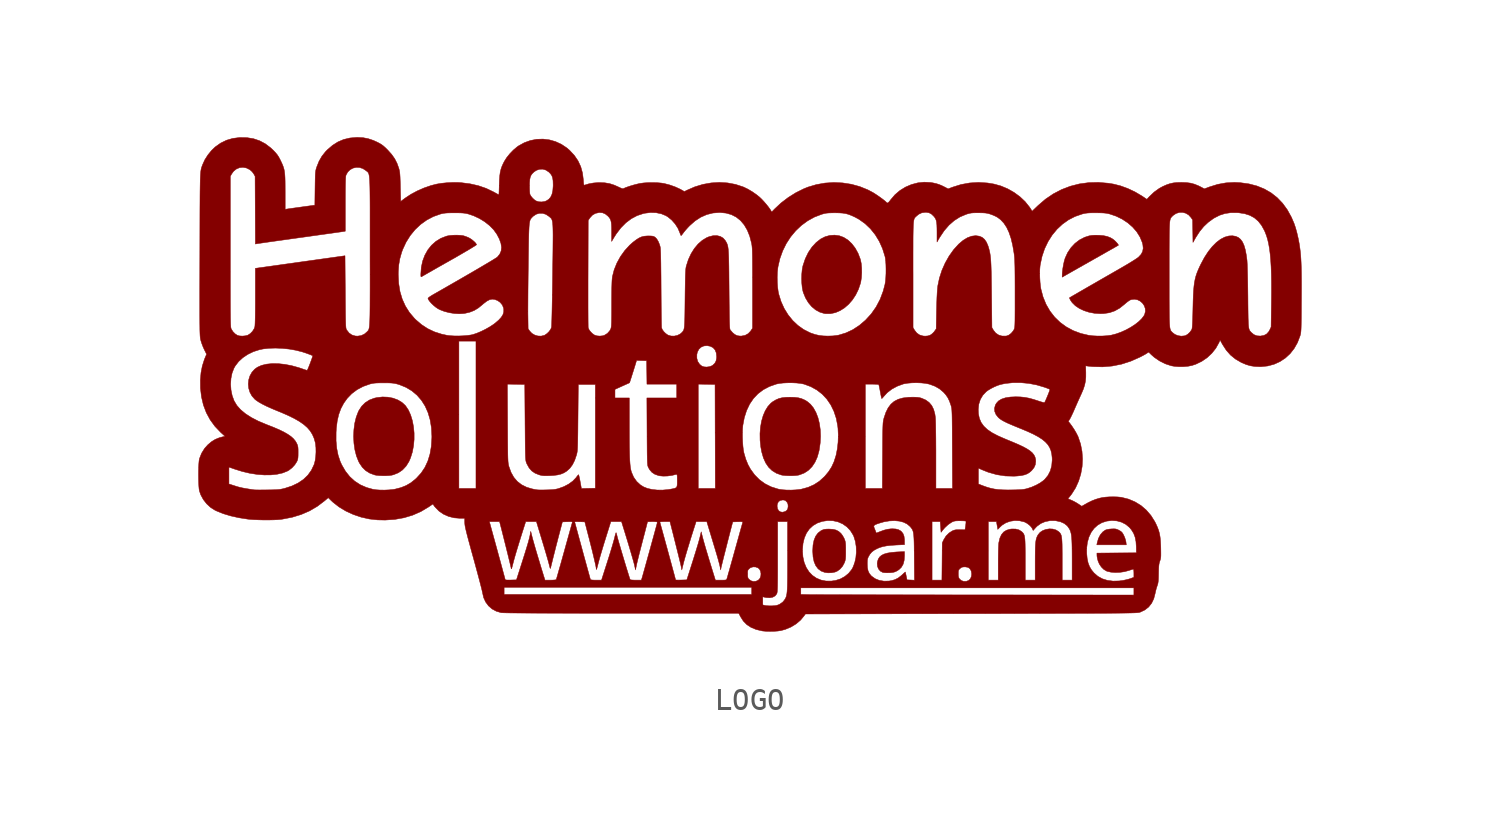
<source format=kicad_sym>
(kicad_symbol_lib
  (version 20220914)
  (generator "bitmap2component")
  (generator_version "9.0")
  (symbol "LOGO"
    (pin_names
      (offset 1.016))
    (property "Reference" "#G"
      (at 0 10.563 0)
      (effects (font (size 1.27 1.27)) hide))
    (symbol "LOGO_0_0"
      (polyline (pts (xy 1.09 -11.191) (xy 1.258 -11.179) (xy 1.395 -11.159) (xy 1.595 -11.105) (xy 1.852 -10.998) (xy 2.086 -10.856) (xy 2.289 -10.683) (xy 2.454 -10.484) (xy 2.508 -10.406) (xy 10.023 -10.39) (xy 10.381 -10.389) (xy 11.084 -10.388) (xy 11.739 -10.386) (xy 12.348 -10.385) (xy 12.914 -10.383) (xy 13.437 -10.382) (xy 13.919 -10.381) (xy 14.362 -10.38) (xy 14.768 -10.378) (xy 15.139 -10.377) (xy 15.475 -10.376) (xy 15.779 -10.374) (xy 16.053 -10.373) (xy 16.298 -10.371) (xy 16.516 -10.37) (xy 16.708 -10.368) (xy 16.877 -10.366) (xy 17.023 -10.364) (xy 17.15 -10.362) (xy 17.257 -10.36) (xy 17.348 -10.357) (xy 17.423 -10.355) (xy 17.485 -10.352) (xy 17.535 -10.349) (xy 17.575 -10.345) (xy 17.607 -10.342) (xy 17.631 -10.338) (xy 17.651 -10.334) (xy 17.667 -10.329) (xy 17.681 -10.325) (xy 17.698 -10.319) (xy 17.901 -10.221) (xy 18.069 -10.088) (xy 18.203 -9.919) (xy 18.301 -9.715) (xy 18.363 -9.475) (xy 18.387 -9.364) (xy 18.42 -9.239) (xy 18.454 -9.134) (xy 18.473 -9.079) (xy 18.49 -9.016) (xy 18.501 -8.944) (xy 18.509 -8.852) (xy 18.514 -8.732) (xy 18.517 -8.571) (xy 18.519 -8.471) (xy 18.523 -8.332) (xy 18.53 -8.226) (xy 18.54 -8.143) (xy 18.555 -8.074) (xy 18.576 -8.008) (xy 18.591 -7.965) (xy 18.606 -7.911) (xy 18.616 -7.853) (xy 18.622 -7.781) (xy 18.623 -7.687) (xy 18.622 -7.561) (xy 18.619 -7.395) (xy 18.616 -7.301) (xy 18.605 -7.091) (xy 18.587 -6.915) (xy 18.56 -6.761) (xy 18.521 -6.618) (xy 18.468 -6.475) (xy 18.399 -6.321) (xy 18.348 -6.22) (xy 18.171 -5.939) (xy 17.961 -5.695) (xy 17.721 -5.489) (xy 17.452 -5.324) (xy 17.158 -5.199) (xy 16.839 -5.119) (xy 16.8 -5.113) (xy 16.648 -5.099) (xy 16.471 -5.094) (xy 16.286 -5.097) (xy 16.114 -5.109) (xy 15.971 -5.128) (xy 15.843 -5.156) (xy 15.671 -5.207) (xy 15.5 -5.274) (xy 15.319 -5.362) (xy 15.113 -5.478) (xy 15.037 -5.523) (xy 14.87 -5.412) (xy 14.767 -5.349) (xy 14.653 -5.288) (xy 14.555 -5.243) (xy 14.407 -5.184) (xy 14.514 -5.052) (xy 14.578 -4.969) (xy 14.755 -4.689) (xy 14.893 -4.383) (xy 14.993 -4.059) (xy 15.053 -3.723) (xy 15.071 -3.38) (xy 15.048 -3.038) (xy 14.983 -2.702) (xy 14.874 -2.379) (xy 14.855 -2.336) (xy 14.782 -2.194) (xy 14.69 -2.038) (xy 14.588 -1.885) (xy 14.489 -1.751) (xy 14.428 -1.676) (xy 14.497 -1.564) (xy 14.505 -1.55) (xy 14.544 -1.475) (xy 14.595 -1.369) (xy 14.653 -1.245) (xy 14.71 -1.114) (xy 14.71 -1.113) (xy 14.777 -0.96) (xy 14.852 -0.79) (xy 14.926 -0.626) (xy 14.989 -0.488) (xy 15.03 -0.398) (xy 15.113 -0.2) (xy 15.169 -0.021) (xy 15.204 0.15) (xy 15.22 0.33) (xy 15.221 0.531) (xy 15.213 0.843) (xy 15.325 0.829) (xy 15.535 0.808) (xy 15.981 0.797) (xy 16.414 0.834) (xy 16.839 0.919) (xy 17.258 1.054) (xy 17.673 1.238) (xy 17.712 1.258) (xy 17.817 1.313) (xy 17.911 1.365) (xy 17.976 1.405) (xy 18.069 1.467) (xy 18.194 1.344) (xy 18.326 1.228) (xy 18.565 1.065) (xy 18.825 0.935) (xy 19.094 0.846) (xy 19.245 0.82) (xy 19.446 0.805) (xy 19.658 0.807) (xy 19.861 0.826) (xy 20.036 0.861) (xy 20.209 0.918) (xy 20.474 1.046) (xy 20.718 1.212) (xy 20.932 1.412) (xy 21.113 1.639) (xy 21.252 1.889) (xy 21.309 2.014) (xy 21.405 1.836) (xy 21.421 1.808) (xy 21.588 1.55) (xy 21.781 1.332) (xy 22.004 1.151) (xy 22.262 1) (xy 22.283 0.99) (xy 22.488 0.903) (xy 22.681 0.846) (xy 22.883 0.815) (xy 23.113 0.805) (xy 23.168 0.806) (xy 23.471 0.838) (xy 23.758 0.916) (xy 24.023 1.036) (xy 24.265 1.196) (xy 24.48 1.394) (xy 24.664 1.628) (xy 24.815 1.894) (xy 24.928 2.19) (xy 24.94 2.228) (xy 24.95 2.267) (xy 24.959 2.309) (xy 24.966 2.359) (xy 24.972 2.419) (xy 24.977 2.495) (xy 24.981 2.592) (xy 24.984 2.712) (xy 24.986 2.861) (xy 24.989 3.043) (xy 24.991 3.262) (xy 24.992 3.522) (xy 24.994 3.829) (xy 24.996 4.18) (xy 24.997 4.516) (xy 24.996 4.81) (xy 24.993 5.069) (xy 24.988 5.297) (xy 24.981 5.499) (xy 24.972 5.679) (xy 24.961 5.842) (xy 24.947 5.994) (xy 24.93 6.139) (xy 24.91 6.281) (xy 24.897 6.368) (xy 24.849 6.62) (xy 24.792 6.869) (xy 24.728 7.101) (xy 24.661 7.298) (xy 24.54 7.581) (xy 24.355 7.917) (xy 24.14 8.213) (xy 23.894 8.469) (xy 23.619 8.685) (xy 23.313 8.861) (xy 22.978 8.997) (xy 22.614 9.092) (xy 22.221 9.146) (xy 21.957 9.159) (xy 21.575 9.138) (xy 21.201 9.071) (xy 20.829 8.955) (xy 20.595 8.867) (xy 20.429 8.954) (xy 20.323 9.007) (xy 20.147 9.078) (xy 19.973 9.125) (xy 19.784 9.15) (xy 19.562 9.158) (xy 19.548 9.158) (xy 19.35 9.153) (xy 19.184 9.135) (xy 19.034 9.102) (xy 18.882 9.05) (xy 18.712 8.975) (xy 18.547 8.885) (xy 18.314 8.717) (xy 18.1 8.514) (xy 17.988 8.392) (xy 17.778 8.533) (xy 17.751 8.55) (xy 17.446 8.73) (xy 17.121 8.883) (xy 16.791 9.003) (xy 16.469 9.084) (xy 16.232 9.122) (xy 15.786 9.159) (xy 15.35 9.148) (xy 14.926 9.09) (xy 14.516 8.985) (xy 14.122 8.834) (xy 13.746 8.638) (xy 13.39 8.397) (xy 13.057 8.111) (xy 12.787 7.853) (xy 12.7 7.99) (xy 12.664 8.044) (xy 12.469 8.287) (xy 12.235 8.508) (xy 11.969 8.703) (xy 11.679 8.868) (xy 11.372 8.997) (xy 11.056 9.085) (xy 10.762 9.133) (xy 10.357 9.158) (xy 9.956 9.134) (xy 9.564 9.063) (xy 9.184 8.944) (xy 8.979 8.866) (xy 8.834 8.942) (xy 8.832 8.943) (xy 8.691 9.013) (xy 8.57 9.063) (xy 8.451 9.101) (xy 8.312 9.133) (xy 8.188 9.154) (xy 7.894 9.169) (xy 7.602 9.138) (xy 7.318 9.063) (xy 7.047 8.947) (xy 6.795 8.792) (xy 6.569 8.6) (xy 6.375 8.373) (xy 6.338 8.324) (xy 6.282 8.258) (xy 6.24 8.228) (xy 6.206 8.231) (xy 6.172 8.263) (xy 6.152 8.284) (xy 6.088 8.338) (xy 5.998 8.408) (xy 5.891 8.486) (xy 5.777 8.566) (xy 5.666 8.639) (xy 5.569 8.7) (xy 5.336 8.823) (xy 4.972 8.97) (xy 4.59 9.075) (xy 4.197 9.136) (xy 3.797 9.155) (xy 3.397 9.129) (xy 3.003 9.059) (xy 2.621 8.945) (xy 2.436 8.87) (xy 2.076 8.691) (xy 1.728 8.473) (xy 1.402 8.224) (xy 1.11 7.951) (xy 0.982 7.817) (xy 0.932 7.9) (xy 0.912 7.933) (xy 0.835 8.041) (xy 0.737 8.164) (xy 0.629 8.289) (xy 0.523 8.402) (xy 0.431 8.49) (xy 0.296 8.599) (xy 0.101 8.735) (xy -0.1 8.854) (xy -0.288 8.945) (xy -0.317 8.957) (xy -0.661 9.069) (xy -1.02 9.136) (xy -1.39 9.159) (xy -1.763 9.136) (xy -2.136 9.07) (xy -2.502 8.959) (xy -2.857 8.805) (xy -2.977 8.745) (xy -3.136 8.834) (xy -3.171 8.853) (xy -3.395 8.956) (xy -3.645 9.044) (xy -3.9 9.11) (xy -4.022 9.129) (xy -4.207 9.145) (xy -4.413 9.151) (xy -4.622 9.148) (xy -4.819 9.135) (xy -4.987 9.113) (xy -5.023 9.105) (xy -5.144 9.077) (xy -5.28 9.041) (xy -5.418 9) (xy -5.545 8.958) (xy -5.65 8.92) (xy -5.719 8.889) (xy -5.739 8.879) (xy -5.773 8.875) (xy -5.82 8.886) (xy -5.889 8.914) (xy -5.992 8.963) (xy -6.159 9.037) (xy -6.367 9.104) (xy -6.583 9.14) (xy -6.825 9.151) (xy -6.882 9.15) (xy -7.104 9.132) (xy -7.318 9.092) (xy -7.503 9.035) (xy -7.517 9.033) (xy -7.531 9.046) (xy -7.542 9.086) (xy -7.55 9.16) (xy -7.558 9.277) (xy -7.596 9.583) (xy -7.676 9.873) (xy -7.8 10.139) (xy -7.969 10.386) (xy -8.184 10.616) (xy -8.308 10.723) (xy -8.556 10.888) (xy -8.822 11.01) (xy -9.1 11.088) (xy -9.386 11.123) (xy -9.674 11.113) (xy -9.959 11.058) (xy -10.236 10.958) (xy -10.499 10.812) (xy -10.563 10.766) (xy -10.731 10.624) (xy -10.892 10.457) (xy -11.034 10.28) (xy -11.142 10.108) (xy -11.191 10.012) (xy -11.25 9.88) (xy -11.294 9.752) (xy -11.326 9.617) (xy -11.347 9.465) (xy -11.361 9.285) (xy -11.369 9.065) (xy -11.369 9.06) (xy -11.37 9.003) (xy -10 9.003) (xy -9.998 9.144) (xy -9.987 9.286) (xy -9.965 9.396) (xy -9.928 9.483) (xy -9.872 9.559) (xy -9.795 9.633) (xy -9.689 9.705) (xy -9.545 9.755) (xy -9.397 9.759) (xy -9.252 9.716) (xy -9.12 9.627) (xy -9.119 9.626) (xy -9.039 9.544) (xy -8.984 9.459) (xy -8.949 9.359) (xy -8.931 9.234) (xy -8.926 9.071) (xy -8.926 8.994) (xy -8.942 8.788) (xy -8.979 8.623) (xy -9.039 8.493) (xy -9.123 8.395) (xy -9.235 8.322) (xy -9.307 8.295) (xy -9.445 8.273) (xy -9.583 8.281) (xy -9.703 8.32) (xy -9.766 8.362) (xy -9.854 8.441) (xy -9.929 8.53) (xy -9.977 8.613) (xy -9.978 8.616) (xy -9.986 8.669) (xy -9.994 8.759) (xy -9.998 8.874) (xy -10 9.003) (xy -11.37 9.003) (xy -11.373 8.914) (xy -11.377 8.786) (xy -11.381 8.686) (xy -11.385 8.62) (xy -11.388 8.596) (xy -11.392 8.597) (xy -11.428 8.616) (xy -11.492 8.652) (xy -11.576 8.698) (xy -11.63 8.728) (xy -11.966 8.889) (xy -12.319 9.01) (xy -12.694 9.095) (xy -13.101 9.147) (xy -13.239 9.155) (xy -13.486 9.156) (xy -13.743 9.143) (xy -13.99 9.118) (xy -14.208 9.082) (xy -14.468 9.015) (xy -14.782 8.906) (xy -15.092 8.77) (xy -15.382 8.614) (xy -15.637 8.445) (xy -15.838 8.295) (xy -15.853 8.952) (xy -15.855 9.068) (xy -15.861 9.25) (xy -15.866 9.394) (xy -15.873 9.507) (xy -15.881 9.596) (xy -15.892 9.669) (xy -15.906 9.734) (xy -15.923 9.797) (xy -16.003 10.022) (xy -16.109 10.23) (xy -16.247 10.427) (xy -16.425 10.625) (xy -16.532 10.731) (xy -16.621 10.81) (xy -16.703 10.872) (xy -16.792 10.926) (xy -16.9 10.982) (xy -17.081 11.064) (xy -17.312 11.141) (xy -17.541 11.185) (xy -17.785 11.198) (xy -17.83 11.198) (xy -18.139 11.172) (xy -18.422 11.105) (xy -18.683 10.994) (xy -18.929 10.838) (xy -19.164 10.636) (xy -19.249 10.548) (xy -19.41 10.344) (xy -19.539 10.119) (xy -19.643 9.86) (xy -19.651 9.835) (xy -19.669 9.78) (xy -19.682 9.728) (xy -19.693 9.673) (xy -19.701 9.608) (xy -19.707 9.525) (xy -19.711 9.419) (xy -19.714 9.283) (xy -19.717 9.11) (xy -19.72 8.893) (xy -19.729 8.127) (xy -20.308 8.048) (xy -20.397 8.035) (xy -20.563 8.012) (xy -20.712 7.992) (xy -20.837 7.974) (xy -20.93 7.961) (xy -20.981 7.953) (xy -21.075 7.939) (xy -21.075 8.732) (xy -21.075 8.738) (xy -21.076 8.991) (xy -21.078 9.201) (xy -21.083 9.375) (xy -21.092 9.519) (xy -21.106 9.64) (xy -21.125 9.746) (xy -21.152 9.842) (xy -21.186 9.937) (xy -21.229 10.035) (xy -21.281 10.145) (xy -21.3 10.184) (xy -21.366 10.308) (xy -21.431 10.408) (xy -21.508 10.502) (xy -21.61 10.61) (xy -21.732 10.725) (xy -21.975 10.909) (xy -22.233 11.046) (xy -22.509 11.139) (xy -22.806 11.187) (xy -23.129 11.193) (xy -23.146 11.192) (xy -23.451 11.153) (xy -23.735 11.07) (xy -23.999 10.941) (xy -24.247 10.765) (xy -24.415 10.603) (xy -24.578 10.403) (xy -24.715 10.188) (xy -24.814 9.971) (xy -24.821 9.952) (xy -24.837 9.911) (xy -24.851 9.873) (xy -24.864 9.835) (xy -24.875 9.796) (xy -24.885 9.753) (xy -24.894 9.703) (xy -24.902 9.643) (xy -24.908 9.572) (xy -24.914 9.486) (xy -24.919 9.383) (xy -24.924 9.261) (xy -24.927 9.116) (xy -24.93 8.947) (xy -24.933 8.75) (xy -24.935 8.524) (xy -24.936 8.266) (xy -24.938 7.973) (xy -24.939 7.642) (xy -24.94 7.272) (xy -24.941 6.859) (xy -24.942 6.401) (xy -24.943 5.896) (xy -24.944 5.549) (xy -24.945 5.101) (xy -23.562 5.101) (xy -23.562 5.536) (xy -23.562 6.019) (xy -23.562 9.434) (xy -23.5 9.545) (xy -23.413 9.665) (xy -23.288 9.766) (xy -23.145 9.826) (xy -22.991 9.842) (xy -22.834 9.814) (xy -22.682 9.739) (xy -22.665 9.727) (xy -22.571 9.642) (xy -22.5 9.547) (xy -22.438 9.434) (xy -22.431 7.9) (xy -22.424 6.365) (xy -22.356 6.379) (xy -22.354 6.379) (xy -22.314 6.386) (xy -22.229 6.398) (xy -22.102 6.416) (xy -21.939 6.44) (xy -21.742 6.468) (xy -21.516 6.5) (xy -21.265 6.535) (xy -20.993 6.573) (xy -20.703 6.614) (xy -20.4 6.656) (xy -20.371 6.66) (xy -20.068 6.702) (xy -19.779 6.743) (xy -19.508 6.781) (xy -19.258 6.816) (xy -19.033 6.847) (xy -18.838 6.875) (xy -18.676 6.898) (xy -18.552 6.915) (xy -18.469 6.927) (xy -18.431 6.933) (xy -18.35 6.947) (xy -18.35 8.168) (xy -18.35 8.326) (xy -18.349 8.621) (xy -18.347 8.87) (xy -18.344 9.074) (xy -18.34 9.234) (xy -18.335 9.353) (xy -18.329 9.432) (xy -18.321 9.474) (xy -18.313 9.496) (xy -18.237 9.632) (xy -18.129 9.736) (xy -18 9.806) (xy -17.855 9.839) (xy -17.706 9.834) (xy -17.559 9.789) (xy -17.423 9.702) (xy -17.415 9.695) (xy -17.388 9.674) (xy -17.364 9.656) (xy -17.342 9.639) (xy -17.323 9.619) (xy -17.306 9.595) (xy -17.291 9.563) (xy -17.278 9.522) (xy -17.267 9.469) (xy -17.258 9.401) (xy -17.25 9.315) (xy -17.243 9.21) (xy -17.238 9.082) (xy -17.234 8.93) (xy -17.231 8.75) (xy -17.229 8.54) (xy -17.227 8.298) (xy -17.226 8.021) (xy -17.226 7.707) (xy -17.226 7.352) (xy -17.226 6.955) (xy -17.226 6.513) (xy -17.226 6.024) (xy -17.226 5.589) (xy -17.225 5.143) (xy -17.225 4.98) (xy -15.95 4.98) (xy -15.948 5.109) (xy -15.926 5.415) (xy -15.877 5.699) (xy -15.798 5.979) (xy -15.747 6.12) (xy -15.594 6.449) (xy -15.405 6.75) (xy -15.184 7.02) (xy -14.933 7.256) (xy -14.656 7.454) (xy -14.357 7.611) (xy -14.037 7.724) (xy -13.972 7.741) (xy -13.891 7.757) (xy -13.805 7.768) (xy -13.702 7.775) (xy -13.57 7.778) (xy -13.4 7.779) (xy -13.261 7.779) (xy -13.123 7.776) (xy -13.015 7.77) (xy -12.926 7.76) (xy -12.846 7.745) (xy -12.762 7.724) (xy -12.531 7.646) (xy -12.27 7.524) (xy -12.026 7.374) (xy -11.808 7.201) (xy -11.623 7.012) (xy -11.479 6.812) (xy -11.365 6.594) (xy -11.294 6.394) (xy -11.267 6.213) (xy -11.285 6.051) (xy -11.347 5.906) (xy -11.454 5.776) (xy -11.46 5.771) (xy -11.509 5.737) (xy -11.6 5.68) (xy -11.73 5.6) (xy -11.898 5.5) (xy -12.101 5.38) (xy -12.338 5.24) (xy -12.607 5.083) (xy -12.906 4.91) (xy -13.234 4.72) (xy -13.588 4.517) (xy -13.967 4.299) (xy -14.369 4.07) (xy -14.443 4.026) (xy -14.524 3.973) (xy -14.58 3.93) (xy -14.6 3.906) (xy -14.6 3.899) (xy -14.575 3.839) (xy -14.519 3.76) (xy -14.44 3.671) (xy -14.346 3.582) (xy -14.245 3.499) (xy -14.147 3.433) (xy -14.053 3.385) (xy -13.857 3.31) (xy -13.636 3.253) (xy -13.406 3.216) (xy -13.182 3.203) (xy -12.98 3.215) (xy -12.937 3.221) (xy -12.71 3.273) (xy -12.509 3.352) (xy -12.32 3.466) (xy -12.129 3.622) (xy -12.085 3.661) (xy -11.936 3.775) (xy -11.805 3.843) (xy -11.691 3.866) (xy -11.591 3.856) (xy -11.45 3.806) (xy -11.328 3.72) (xy -11.233 3.607) (xy -11.177 3.473) (xy -11.165 3.411) (xy -11.166 3.323) (xy -10.072 3.323) (xy -10.071 3.513) (xy -10.07 3.739) (xy -10.069 3.995) (xy -10.067 4.274) (xy -10.064 4.571) (xy -10.061 4.879) (xy -10.057 5.194) (xy -10.053 5.51) (xy -10.049 5.811) (xy -10.044 6.127) (xy -10.04 6.399) (xy -10.036 6.63) (xy -10.031 6.826) (xy -10.025 6.989) (xy -10.019 7.122) (xy -10.011 7.23) (xy -10.001 7.316) (xy -9.989 7.384) (xy -9.975 7.436) (xy -9.958 7.478) (xy -9.938 7.511) (xy -9.915 7.541) (xy -9.887 7.57) (xy -9.856 7.602) (xy -9.828 7.628) (xy -9.697 7.715) (xy -9.552 7.758) (xy -9.402 7.756) (xy -9.254 7.71) (xy -9.117 7.619) (xy -9.106 7.609) (xy -9.075 7.583) (xy -9.047 7.559) (xy -9.023 7.535) (xy -9.002 7.507) (xy -8.984 7.472) (xy -8.97 7.427) (xy -8.957 7.369) (xy -8.948 7.295) (xy -8.941 7.202) (xy -8.936 7.087) (xy -8.933 6.946) (xy -8.931 6.777) (xy -8.932 6.576) (xy -8.934 6.341) (xy -8.936 6.068) (xy -8.94 5.755) (xy -8.945 5.397) (xy -8.95 4.993) (xy -8.954 4.664) (xy -8.959 4.328) (xy -8.964 4.057) (xy -7.346 4.057) (xy -7.346 4.37) (xy -7.346 4.701) (xy -7.345 5.044) (xy -7.338 7.436) (xy -7.269 7.54) (xy -7.26 7.553) (xy -7.147 7.676) (xy -7.01 7.755) (xy -6.851 7.79) (xy -6.819 7.792) (xy -6.684 7.78) (xy -6.565 7.73) (xy -6.45 7.638) (xy -6.449 7.637) (xy -6.391 7.575) (xy -6.348 7.514) (xy -6.316 7.445) (xy -6.296 7.36) (xy -6.283 7.249) (xy -6.277 7.105) (xy -6.276 6.92) (xy -6.275 6.483) (xy -6.169 6.662) (xy -6.066 6.825) (xy -5.857 7.099) (xy -5.629 7.329) (xy -5.383 7.514) (xy -5.121 7.653) (xy -4.844 7.745) (xy -4.775 7.761) (xy -4.513 7.793) (xy -4.261 7.785) (xy -4.026 7.737) (xy -3.816 7.651) (xy -3.723 7.593) (xy -3.549 7.45) (xy -3.395 7.275) (xy -3.269 7.079) (xy -3.183 6.875) (xy -3.164 6.822) (xy -3.141 6.766) (xy -3.127 6.745) (xy -3.107 6.764) (xy -3.067 6.813) (xy -3.016 6.882) (xy -2.994 6.912) (xy -2.92 7.001) (xy -2.831 7.101) (xy -2.741 7.195) (xy -2.736 7.2) (xy -2.491 7.415) (xy -2.234 7.582) (xy -1.965 7.7) (xy -1.684 7.771) (xy -1.387 7.794) (xy -1.356 7.794) (xy -1.088 7.767) (xy -0.844 7.697) (xy -0.625 7.585) (xy -0.432 7.43) (xy -0.266 7.234) (xy -0.127 6.997) (xy -0.015 6.72) (xy 0.067 6.403) (xy 0.07 6.391) (xy 0.078 6.345) (xy 0.085 6.294) (xy 0.091 6.235) (xy 0.097 6.164) (xy 0.101 6.078) (xy 0.104 5.972) (xy 0.107 5.843) (xy 0.109 5.687) (xy 0.11 5.5) (xy 0.111 5.278) (xy 0.112 5.017) (xy 0.112 4.866) (xy 1.23 4.866) (xy 1.238 5.09) (xy 1.26 5.288) (xy 1.267 5.336) (xy 1.352 5.704) (xy 1.478 6.055) (xy 1.641 6.385) (xy 1.839 6.69) (xy 2.069 6.966) (xy 2.327 7.21) (xy 2.611 7.418) (xy 2.917 7.587) (xy 3.243 7.712) (xy 3.306 7.73) (xy 3.391 7.752) (xy 3.473 7.766) (xy 3.567 7.774) (xy 3.684 7.778) (xy 3.837 7.78) (xy 4.033 7.777) (xy 4.195 7.767) (xy 4.335 7.745) (xy 4.467 7.709) (xy 4.605 7.655) (xy 4.763 7.582) (xy 4.94 7.485) (xy 5.213 7.29) (xy 5.458 7.057) (xy 5.674 6.788) (xy 5.858 6.487) (xy 6.006 6.156) (xy 6.117 5.8) (xy 6.13 5.738) (xy 6.145 5.619) (xy 7.387 5.619) (xy 7.387 5.953) (xy 7.388 6.245) (xy 7.388 6.498) (xy 7.389 6.715) (xy 7.392 6.899) (xy 7.395 7.053) (xy 7.399 7.18) (xy 7.405 7.283) (xy 7.412 7.366) (xy 7.422 7.43) (xy 7.433 7.48) (xy 7.446 7.518) (xy 7.462 7.547) (xy 7.48 7.571) (xy 7.501 7.592) (xy 7.525 7.614) (xy 7.552 7.639) (xy 7.648 7.717) (xy 7.789 7.782) (xy 7.95 7.803) (xy 7.988 7.803) (xy 8.117 7.78) (xy 8.227 7.721) (xy 8.331 7.621) (xy 8.375 7.565) (xy 8.412 7.502) (xy 8.439 7.431) (xy 8.457 7.342) (xy 8.468 7.228) (xy 8.473 7.081) (xy 8.475 6.892) (xy 8.475 6.457) (xy 8.591 6.657) (xy 8.599 6.67) (xy 8.798 6.968) (xy 9.017 7.221) (xy 9.256 7.43) (xy 9.514 7.593) (xy 9.791 7.71) (xy 9.862 7.733) (xy 9.944 7.755) (xy 10.022 7.77) (xy 10.108 7.778) (xy 10.217 7.781) (xy 10.363 7.781) (xy 10.423 7.781) (xy 10.556 7.778) (xy 10.658 7.772) (xy 10.742 7.76) (xy 10.82 7.742) (xy 10.906 7.715) (xy 10.911 7.713) (xy 11.025 7.67) (xy 11.137 7.619) (xy 11.225 7.57) (xy 11.359 7.468) (xy 11.504 7.313) (xy 11.631 7.122) (xy 11.739 6.891) (xy 11.831 6.619) (xy 11.906 6.304) (xy 11.967 5.943) (xy 11.97 5.921) (xy 11.979 5.849) (xy 11.987 5.771) (xy 11.993 5.684) (xy 11.998 5.583) (xy 12.002 5.463) (xy 12.006 5.321) (xy 12.008 5.15) (xy 12.009 5.032) (xy 13.13 5.032) (xy 13.134 5.219) (xy 13.147 5.373) (xy 13.157 5.441) (xy 13.236 5.808) (xy 13.353 6.154) (xy 13.508 6.476) (xy 13.695 6.771) (xy 13.914 7.036) (xy 14.162 7.267) (xy 14.435 7.461) (xy 14.732 7.614) (xy 15.05 7.724) (xy 15.119 7.742) (xy 15.202 7.759) (xy 15.289 7.77) (xy 15.391 7.777) (xy 15.52 7.78) (xy 15.688 7.78) (xy 15.784 7.779) (xy 15.932 7.777) (xy 16.047 7.771) (xy 16.142 7.761) (xy 16.226 7.745) (xy 16.312 7.724) (xy 16.597 7.627) (xy 16.872 7.492) (xy 17.123 7.326) (xy 17.344 7.133) (xy 17.53 6.919) (xy 17.676 6.686) (xy 17.778 6.44) (xy 17.805 6.339) (xy 17.822 6.173) (xy 17.796 6.028) (xy 17.726 5.896) (xy 17.61 5.771) (xy 17.597 5.76) (xy 17.531 5.713) (xy 17.431 5.647) (xy 17.302 5.566) (xy 17.152 5.474) (xy 16.986 5.376) (xy 16.812 5.275) (xy 16.7 5.21) (xy 16.301 4.981) (xy 15.944 4.776) (xy 15.629 4.594) (xy 15.353 4.436) (xy 15.118 4.3) (xy 14.989 4.225) (xy 19 4.225) (xy 19 4.585) (xy 19 4.992) (xy 19 5.031) (xy 19 5.434) (xy 19 5.79) (xy 19 6.102) (xy 19.001 6.374) (xy 19.002 6.608) (xy 19.004 6.808) (xy 19.007 6.976) (xy 19.011 7.116) (xy 19.016 7.231) (xy 19.022 7.323) (xy 19.03 7.397) (xy 19.04 7.454) (xy 19.052 7.498) (xy 19.066 7.532) (xy 19.082 7.559) (xy 19.1 7.582) (xy 19.121 7.604) (xy 19.145 7.629) (xy 19.178 7.661) (xy 19.31 7.75) (xy 19.455 7.796) (xy 19.604 7.8) (xy 19.748 7.763) (xy 19.88 7.686) (xy 19.989 7.567) (xy 20.062 7.462) (xy 20.07 6.95) (xy 20.078 6.438) (xy 20.189 6.634) (xy 20.213 6.675) (xy 20.383 6.936) (xy 20.564 7.157) (xy 20.765 7.347) (xy 20.993 7.514) (xy 21.051 7.55) (xy 21.287 7.67) (xy 21.53 7.748) (xy 21.789 7.786) (xy 22.074 7.787) (xy 22.151 7.782) (xy 22.421 7.741) (xy 22.657 7.665) (xy 22.861 7.553) (xy 23.037 7.402) (xy 23.188 7.21) (xy 23.317 6.976) (xy 23.348 6.905) (xy 23.41 6.745) (xy 23.463 6.568) (xy 23.508 6.373) (xy 23.546 6.155) (xy 23.577 5.912) (xy 23.602 5.639) (xy 23.62 5.333) (xy 23.632 4.992) (xy 23.638 4.611) (xy 23.639 4.187) (xy 23.635 3.716) (xy 23.62 2.603) (xy 23.558 2.47) (xy 23.511 2.388) (xy 23.416 2.285) (xy 23.294 2.222) (xy 23.139 2.194) (xy 23.129 2.194) (xy 22.973 2.205) (xy 22.84 2.258) (xy 22.722 2.356) (xy 22.7 2.379) (xy 22.674 2.409) (xy 22.652 2.438) (xy 22.634 2.473) (xy 22.619 2.516) (xy 22.607 2.572) (xy 22.597 2.645) (xy 22.589 2.739) (xy 22.584 2.858) (xy 22.579 3.007) (xy 22.576 3.19) (xy 22.573 3.409) (xy 22.57 3.671) (xy 22.568 3.979) (xy 22.566 4.12) (xy 22.563 4.386) (xy 22.559 4.641) (xy 22.554 4.88) (xy 22.549 5.096) (xy 22.543 5.285) (xy 22.538 5.441) (xy 22.532 5.558) (xy 22.527 5.631) (xy 22.496 5.864) (xy 22.45 6.106) (xy 22.392 6.304) (xy 22.321 6.461) (xy 22.234 6.58) (xy 22.131 6.664) (xy 22.009 6.716) (xy 21.866 6.739) (xy 21.706 6.731) (xy 21.516 6.678) (xy 21.325 6.578) (xy 21.136 6.434) (xy 20.95 6.247) (xy 20.77 6.021) (xy 20.598 5.756) (xy 20.437 5.455) (xy 20.386 5.35) (xy 20.317 5.197) (xy 20.259 5.054) (xy 20.212 4.915) (xy 20.175 4.772) (xy 20.145 4.618) (xy 20.123 4.448) (xy 20.106 4.254) (xy 20.093 4.03) (xy 20.084 3.77) (xy 20.077 3.466) (xy 20.075 3.377) (xy 20.069 3.121) (xy 20.062 2.913) (xy 20.055 2.748) (xy 20.047 2.627) (xy 20.038 2.546) (xy 20.028 2.502) (xy 20.008 2.463) (xy 19.938 2.367) (xy 19.848 2.281) (xy 19.757 2.224) (xy 19.689 2.202) (xy 19.544 2.189) (xy 19.395 2.212) (xy 19.257 2.269) (xy 19.145 2.355) (xy 19.143 2.358) (xy 19.119 2.382) (xy 19.098 2.405) (xy 19.08 2.428) (xy 19.064 2.456) (xy 19.051 2.491) (xy 19.039 2.536) (xy 19.029 2.595) (xy 19.022 2.669) (xy 19.015 2.764) (xy 19.01 2.881) (xy 19.006 3.023) (xy 19.004 3.194) (xy 19.002 3.397) (xy 19.001 3.634) (xy 19 3.909) (xy 19 4.225) (xy 14.989 4.225) (xy 14.92 4.186) (xy 14.761 4.093) (xy 14.637 4.022) (xy 14.55 3.971) (xy 14.497 3.94) (xy 14.478 3.928) (xy 14.479 3.917) (xy 14.499 3.872) (xy 14.534 3.807) (xy 14.601 3.711) (xy 14.744 3.569) (xy 14.925 3.447) (xy 15.136 3.347) (xy 15.371 3.271) (xy 15.623 3.224) (xy 15.887 3.208) (xy 16.035 3.213) (xy 16.293 3.252) (xy 16.53 3.333) (xy 16.753 3.458) (xy 16.969 3.63) (xy 17.009 3.665) (xy 17.097 3.738) (xy 17.177 3.796) (xy 17.235 3.829) (xy 17.294 3.849) (xy 17.431 3.864) (xy 17.564 3.837) (xy 17.684 3.777) (xy 17.787 3.688) (xy 17.865 3.577) (xy 17.912 3.451) (xy 17.923 3.317) (xy 17.889 3.179) (xy 17.854 3.11) (xy 17.755 2.98) (xy 17.618 2.847) (xy 17.451 2.716) (xy 17.258 2.591) (xy 17.049 2.476) (xy 16.829 2.376) (xy 16.607 2.295) (xy 16.388 2.237) (xy 16.372 2.234) (xy 16.186 2.208) (xy 15.972 2.195) (xy 15.747 2.194) (xy 15.53 2.205) (xy 15.338 2.23) (xy 14.987 2.313) (xy 14.646 2.441) (xy 14.335 2.609) (xy 14.055 2.813) (xy 13.807 3.053) (xy 13.594 3.327) (xy 13.418 3.631) (xy 13.281 3.966) (xy 13.185 4.327) (xy 13.166 4.445) (xy 13.147 4.628) (xy 13.135 4.83) (xy 13.13 5.032) (xy 12.009 5.032) (xy 12.01 4.948) (xy 12.011 4.709) (xy 12.012 4.429) (xy 12.012 4.104) (xy 12.012 3.941) (xy 12.012 3.65) (xy 12.012 3.404) (xy 12.011 3.197) (xy 12.01 3.027) (xy 12.009 2.889) (xy 12.006 2.78) (xy 12.003 2.695) (xy 11.999 2.63) (xy 11.993 2.582) (xy 11.987 2.546) (xy 11.979 2.519) (xy 11.969 2.497) (xy 11.958 2.475) (xy 11.924 2.42) (xy 11.836 2.317) (xy 11.736 2.24) (xy 11.637 2.2) (xy 11.587 2.193) (xy 11.417 2.195) (xy 11.265 2.242) (xy 11.135 2.33) (xy 11.033 2.458) (xy 10.963 2.578) (xy 10.948 4.066) (xy 10.946 4.251) (xy 10.942 4.567) (xy 10.938 4.841) (xy 10.934 5.075) (xy 10.928 5.275) (xy 10.922 5.445) (xy 10.914 5.59) (xy 10.904 5.713) (xy 10.893 5.819) (xy 10.88 5.913) (xy 10.864 5.999) (xy 10.845 6.081) (xy 10.824 6.164) (xy 10.789 6.278) (xy 10.716 6.449) (xy 10.628 6.577) (xy 10.522 6.667) (xy 10.394 6.721) (xy 10.228 6.744) (xy 10.043 6.721) (xy 9.852 6.65) (xy 9.658 6.531) (xy 9.46 6.364) (xy 9.453 6.357) (xy 9.227 6.107) (xy 9.023 5.82) (xy 8.845 5.505) (xy 8.697 5.17) (xy 8.585 4.825) (xy 8.512 4.479) (xy 8.511 4.475) (xy 8.496 4.342) (xy 8.483 4.166) (xy 8.471 3.945) (xy 8.462 3.677) (xy 8.454 3.362) (xy 8.438 2.519) (xy 8.361 2.411) (xy 8.336 2.378) (xy 8.261 2.302) (xy 8.186 2.247) (xy 8.159 2.232) (xy 8.061 2.2) (xy 7.938 2.19) (xy 7.84 2.197) (xy 7.686 2.242) (xy 7.558 2.331) (xy 7.455 2.462) (xy 7.388 2.578) (xy 7.388 4.992) (xy 7.387 5.239) (xy 7.387 5.619) (xy 6.145 5.619) (xy 6.148 5.594) (xy 6.159 5.421) (xy 6.163 5.23) (xy 6.162 5.034) (xy 6.153 4.846) (xy 6.138 4.677) (xy 6.117 4.542) (xy 6.036 4.231) (xy 5.896 3.858) (xy 5.715 3.514) (xy 5.494 3.199) (xy 5.232 2.913) (xy 4.957 2.678) (xy 4.66 2.483) (xy 4.349 2.337) (xy 4.025 2.238) (xy 3.962 2.226) (xy 3.759 2.2) (xy 3.525 2.193) (xy 3.314 2.2) (xy 3.128 2.223) (xy 2.952 2.263) (xy 2.768 2.324) (xy 2.711 2.347) (xy 2.429 2.49) (xy 2.169 2.675) (xy 1.933 2.898) (xy 1.725 3.155) (xy 1.547 3.443) (xy 1.404 3.758) (xy 1.299 4.096) (xy 1.276 4.207) (xy 1.249 4.409) (xy 1.234 4.634) (xy 1.23 4.866) (xy 0.112 4.866) (xy 0.112 4.714) (xy 0.113 4.365) (xy 0.113 2.549) (xy 0.043 2.445) (xy 0.026 2.419) (xy -0.087 2.301) (xy -0.224 2.226) (xy -0.386 2.194) (xy -0.449 2.193) (xy -0.574 2.209) (xy -0.684 2.259) (xy -0.79 2.345) (xy -0.901 2.475) (xy -0.902 2.476) (xy -0.909 2.493) (xy -0.915 2.524) (xy -0.921 2.571) (xy -0.926 2.64) (xy -0.93 2.732) (xy -0.934 2.85) (xy -0.937 2.999) (xy -0.94 3.182) (xy -0.943 3.402) (xy -0.946 3.661) (xy -0.949 3.964) (xy -0.952 4.314) (xy -0.953 4.461) (xy -0.956 4.801) (xy -0.958 5.096) (xy -0.961 5.349) (xy -0.965 5.565) (xy -0.969 5.747) (xy -0.975 5.899) (xy -0.982 6.025) (xy -0.99 6.128) (xy -1.001 6.212) (xy -1.013 6.28) (xy -1.029 6.336) (xy -1.047 6.385) (xy -1.068 6.429) (xy -1.093 6.472) (xy -1.121 6.519) (xy -1.125 6.526) (xy -1.224 6.637) (xy -1.352 6.711) (xy -1.503 6.747) (xy -1.674 6.743) (xy -1.857 6.698) (xy -1.965 6.654) (xy -2.168 6.531) (xy -2.356 6.366) (xy -2.526 6.162) (xy -2.674 5.925) (xy -2.797 5.659) (xy -2.891 5.368) (xy -2.896 5.347) (xy -2.905 5.301) (xy -2.913 5.244) (xy -2.919 5.172) (xy -2.925 5.081) (xy -2.93 4.965) (xy -2.934 4.822) (xy -2.938 4.646) (xy -2.941 4.433) (xy -2.945 4.179) (xy -2.948 3.879) (xy -2.949 3.778) (xy -2.952 3.495) (xy -2.955 3.256) (xy -2.958 3.058) (xy -2.962 2.895) (xy -2.968 2.764) (xy -2.974 2.661) (xy -2.983 2.58) (xy -2.994 2.519) (xy -3.007 2.472) (xy -3.025 2.436) (xy -3.045 2.405) (xy -3.07 2.377) (xy -3.099 2.346) (xy -3.164 2.29) (xy -3.293 2.224) (xy -3.439 2.192) (xy -3.587 2.196) (xy -3.721 2.238) (xy -3.735 2.245) (xy -3.828 2.312) (xy -3.914 2.397) (xy -3.979 2.488) (xy -4.011 2.57) (xy -4.013 2.587) (xy -4.015 2.654) (xy -4.018 2.763) (xy -4.02 2.912) (xy -4.023 3.095) (xy -4.026 3.309) (xy -4.028 3.548) (xy -4.03 3.809) (xy -4.032 4.088) (xy -4.034 4.379) (xy -4.035 4.52) (xy -4.037 4.9) (xy -4.041 5.231) (xy -4.044 5.514) (xy -4.049 5.75) (xy -4.053 5.938) (xy -4.059 6.08) (xy -4.065 6.177) (xy -4.072 6.229) (xy -4.102 6.337) (xy -4.16 6.479) (xy -4.229 6.595) (xy -4.303 6.671) (xy -4.322 6.684) (xy -4.369 6.709) (xy -4.423 6.723) (xy -4.5 6.73) (xy -4.612 6.732) (xy -4.667 6.731) (xy -4.8 6.719) (xy -4.918 6.69) (xy -5.034 6.638) (xy -5.16 6.558) (xy -5.307 6.446) (xy -5.458 6.312) (xy -5.68 6.069) (xy -5.875 5.797) (xy -6.037 5.503) (xy -6.16 5.199) (xy -6.239 4.892) (xy -6.242 4.873) (xy -6.251 4.797) (xy -6.259 4.695) (xy -6.264 4.563) (xy -6.269 4.397) (xy -6.272 4.193) (xy -6.274 3.946) (xy -6.275 3.654) (xy -6.275 3.582) (xy -6.275 3.335) (xy -6.276 3.132) (xy -6.278 2.968) (xy -6.28 2.838) (xy -6.284 2.738) (xy -6.288 2.662) (xy -6.294 2.605) (xy -6.302 2.563) (xy -6.311 2.53) (xy -6.322 2.502) (xy -6.362 2.432) (xy -6.469 2.312) (xy -6.606 2.228) (xy -6.681 2.205) (xy -6.812 2.192) (xy -6.943 2.203) (xy -7.052 2.239) (xy -7.064 2.246) (xy -7.155 2.312) (xy -7.239 2.398) (xy -7.304 2.489) (xy -7.337 2.57) (xy -7.338 2.576) (xy -7.34 2.628) (xy -7.341 2.724) (xy -7.343 2.863) (xy -7.344 3.04) (xy -7.345 3.251) (xy -7.346 3.494) (xy -7.346 3.763) (xy -7.346 4.057) (xy -8.964 4.057) (xy -8.964 4.011) (xy -8.97 3.717) (xy -8.975 3.449) (xy -8.98 3.211) (xy -8.985 3.005) (xy -8.99 2.837) (xy -8.995 2.707) (xy -8.999 2.622) (xy -9.004 2.582) (xy -9.037 2.502) (xy -9.109 2.4) (xy -9.203 2.307) (xy -9.304 2.238) (xy -9.331 2.225) (xy -9.471 2.191) (xy -9.619 2.197) (xy -9.763 2.24) (xy -9.891 2.316) (xy -9.991 2.422) (xy -10.062 2.527) (xy -10.07 3.116) (xy -10.071 3.174) (xy -10.072 3.323) (xy -11.166 3.323) (xy -11.166 3.286) (xy -11.203 3.165) (xy -11.278 3.044) (xy -11.395 2.916) (xy -11.557 2.777) (xy -11.627 2.724) (xy -11.798 2.612) (xy -11.992 2.502) (xy -12.195 2.402) (xy -12.39 2.32) (xy -12.562 2.263) (xy -12.646 2.244) (xy -12.808 2.221) (xy -12.997 2.205) (xy -13.197 2.197) (xy -13.396 2.198) (xy -13.579 2.208) (xy -13.732 2.226) (xy -13.979 2.279) (xy -14.31 2.385) (xy -14.613 2.528) (xy -14.893 2.711) (xy -15.156 2.936) (xy -15.214 2.994) (xy -15.441 3.261) (xy -15.625 3.552) (xy -15.768 3.868) (xy -15.87 4.21) (xy -15.93 4.581) (xy -15.95 4.98) (xy -17.225 4.98) (xy -17.225 4.743) (xy -17.225 4.386) (xy -17.226 4.069) (xy -17.227 3.789) (xy -17.228 3.545) (xy -17.23 3.333) (xy -17.232 3.151) (xy -17.236 2.997) (xy -17.24 2.868) (xy -17.246 2.761) (xy -17.252 2.674) (xy -17.26 2.604) (xy -17.27 2.55) (xy -17.28 2.507) (xy -17.293 2.474) (xy -17.307 2.449) (xy -17.323 2.428) (xy -17.341 2.409) (xy -17.361 2.39) (xy -17.383 2.368) (xy -17.48 2.285) (xy -17.628 2.215) (xy -17.795 2.19) (xy -17.9 2.197) (xy -18.05 2.243) (xy -18.177 2.331) (xy -18.283 2.465) (xy -18.293 2.482) (xy -18.303 2.501) (xy -18.311 2.526) (xy -18.318 2.559) (xy -18.323 2.604) (xy -18.328 2.666) (xy -18.332 2.747) (xy -18.335 2.853) (xy -18.338 2.985) (xy -18.341 3.149) (xy -18.343 3.348) (xy -18.345 3.586) (xy -18.348 3.866) (xy -18.35 4.193) (xy -18.363 5.833) (xy -20.175 5.579) (xy -20.419 5.545) (xy -20.713 5.503) (xy -20.994 5.464) (xy -21.257 5.427) (xy -21.497 5.393) (xy -21.711 5.363) (xy -21.893 5.338) (xy -22.04 5.317) (xy -22.145 5.302) (xy -22.206 5.294) (xy -22.425 5.263) (xy -22.425 3.987) (xy -22.425 3.688) (xy -22.427 3.384) (xy -22.43 3.129) (xy -22.434 2.923) (xy -22.439 2.766) (xy -22.445 2.659) (xy -22.453 2.603) (xy -22.481 2.527) (xy -22.554 2.41) (xy -22.653 2.308) (xy -22.761 2.237) (xy -22.776 2.231) (xy -22.886 2.203) (xy -23.014 2.192) (xy -23.139 2.199) (xy -23.238 2.225) (xy -23.245 2.228) (xy -23.346 2.295) (xy -23.442 2.393) (xy -23.515 2.507) (xy -23.519 2.515) (xy -23.525 2.531) (xy -23.531 2.551) (xy -23.536 2.579) (xy -23.541 2.615) (xy -23.544 2.664) (xy -23.548 2.727) (xy -23.551 2.807) (xy -23.553 2.906) (xy -23.556 3.028) (xy -23.557 3.174) (xy -23.559 3.348) (xy -23.56 3.551) (xy -23.561 3.786) (xy -23.561 4.056) (xy -23.562 4.364) (xy -23.562 4.711) (xy -23.562 5.101) (xy -24.945 5.101) (xy -24.945 5.079) (xy -24.946 4.656) (xy -24.947 4.276) (xy -24.947 3.936) (xy -24.947 3.635) (xy -24.947 3.37) (xy -24.947 3.138) (xy -24.946 2.937) (xy -24.945 2.764) (xy -24.943 2.616) (xy -24.942 2.492) (xy -24.939 2.389) (xy -24.936 2.303) (xy -24.933 2.234) (xy -24.929 2.177) (xy -24.925 2.131) (xy -24.92 2.094) (xy -24.914 2.062) (xy -24.908 2.033) (xy -24.901 2.004) (xy -24.894 1.978) (xy -24.853 1.85) (xy -24.8 1.711) (xy -24.744 1.586) (xy -24.637 1.371) (xy -24.709 1.2) (xy -24.741 1.119) (xy -24.832 0.833) (xy -24.89 0.531) (xy -24.918 0.2) (xy -24.915 -0.172) (xy -24.869 -0.564) (xy -24.781 -0.934) (xy -24.649 -1.281) (xy -24.474 -1.604) (xy -24.258 -1.9) (xy -24 -2.17) (xy -23.803 -2.349) (xy -23.978 -2.394) (xy -24.067 -2.419) (xy -24.246 -2.492) (xy -24.411 -2.594) (xy -24.578 -2.734) (xy -24.726 -2.899) (xy -24.863 -3.119) (xy -24.96 -3.364) (xy -24.963 -3.376) (xy -24.978 -3.464) (xy -24.989 -3.591) (xy -24.997 -3.747) (xy -23.625 -3.747) (xy -23.356 -3.841) (xy -23.019 -3.946) (xy -22.68 -4.026) (xy -22.346 -4.078) (xy -22.025 -4.103) (xy -21.721 -4.101) (xy -21.441 -4.071) (xy -21.19 -4.014) (xy -20.974 -3.928) (xy -20.903 -3.887) (xy -20.762 -3.777) (xy -20.639 -3.643) (xy -20.549 -3.503) (xy -20.549 -3.503) (xy -20.522 -3.442) (xy -20.504 -3.383) (xy -20.494 -3.314) (xy -20.489 -3.221) (xy -20.488 -3.091) (xy -20.488 -3.053) (xy -20.489 -2.936) (xy -20.495 -2.851) (xy -20.507 -2.786) (xy -20.527 -2.726) (xy -20.558 -2.659) (xy -20.616 -2.561) (xy -20.702 -2.457) (xy -20.815 -2.356) (xy -20.959 -2.257) (xy -21.136 -2.156) (xy -21.351 -2.051) (xy -21.608 -1.941) (xy -21.91 -1.823) (xy -21.927 -1.816) (xy -22.292 -1.663) (xy -22.608 -1.5) (xy -22.875 -1.328) (xy -23.094 -1.145) (xy -23.265 -0.953) (xy -23.387 -0.75) (xy -23.392 -0.74) (xy -23.478 -0.504) (xy -23.53 -0.25) (xy -23.548 0.012) (xy -23.532 0.271) (xy -23.482 0.515) (xy -23.398 0.734) (xy -23.338 0.84) (xy -23.186 1.037) (xy -22.995 1.212) (xy -22.77 1.363) (xy -22.516 1.486) (xy -22.238 1.575) (xy -22.075 1.609) (xy -21.806 1.639) (xy -21.512 1.648) (xy -21.204 1.635) (xy -20.893 1.603) (xy -20.591 1.55) (xy -20.309 1.479) (xy -20.241 1.457) (xy -20.131 1.421) (xy -20.024 1.382) (xy -19.93 1.347) (xy -19.861 1.318) (xy -19.828 1.3) (xy -19.828 1.3) (xy -19.832 1.271) (xy -19.851 1.207) (xy -19.882 1.118) (xy -19.92 1.015) (xy -19.961 0.907) (xy -20.001 0.805) (xy -20.037 0.719) (xy -20.065 0.66) (xy -20.081 0.638) (xy -20.091 0.64) (xy -20.142 0.655) (xy -20.223 0.681) (xy -20.321 0.715) (xy -20.457 0.761) (xy -20.778 0.85) (xy -21.091 0.91) (xy -21.389 0.942) (xy -21.668 0.945) (xy -21.922 0.919) (xy -22.146 0.864) (xy -22.335 0.779) (xy -22.456 0.691) (xy -22.582 0.551) (xy -22.673 0.388) (xy -22.728 0.208) (xy -22.747 0.02) (xy -22.729 -0.169) (xy -22.674 -0.353) (xy -22.581 -0.523) (xy -22.449 -0.672) (xy -22.409 -0.705) (xy -22.284 -0.792) (xy -22.118 -0.887) (xy -21.91 -0.991) (xy -21.657 -1.104) (xy -21.358 -1.228) (xy -21.262 -1.266) (xy -20.941 -1.406) (xy -20.664 -1.542) (xy -20.429 -1.677) (xy -20.233 -1.814) (xy -20.071 -1.956) (xy -19.942 -2.106) (xy -19.841 -2.267) (xy -19.765 -2.441) (xy -19.732 -2.556) (xy -18.768 -2.556) (xy -18.767 -2.18) (xy -18.756 -1.989) (xy -18.715 -1.657) (xy -18.647 -1.361) (xy -18.549 -1.094) (xy -18.421 -0.852) (xy -18.26 -0.628) (xy -18.059 -0.42) (xy -17.816 -0.237) (xy -17.54 -0.091) (xy -17.236 0.017) (xy -17.182 0.031) (xy -17.101 0.048) (xy -17.014 0.06) (xy -16.911 0.067) (xy -16.781 0.07) (xy -16.613 0.071) (xy -16.502 0.071) (xy -16.359 0.069) (xy -16.247 0.063) (xy -16.156 0.053) (xy -16.074 0.038) (xy -15.989 0.017) (xy -15.889 -0.013) (xy -15.593 -0.134) (xy -15.329 -0.293) (xy -15.096 -0.489) (xy -14.896 -0.72) (xy -14.729 -0.984) (xy -14.598 -1.281) (xy -14.57 -1.376) (xy -13.2 -1.376) (xy -13.2 1.964) (xy -12.812 1.964) (xy -12.425 1.964) (xy -12.425 1.185) (xy -2.413 1.185) (xy -2.413 1.355) (xy -2.388 1.467) (xy -2.321 1.595) (xy -2.222 1.689) (xy -2.095 1.745) (xy -1.946 1.758) (xy -1.802 1.731) (xy -1.677 1.666) (xy -1.587 1.566) (xy -1.533 1.431) (xy -1.515 1.264) (xy -1.518 1.189) (xy -1.544 1.061) (xy -1.599 0.959) (xy -1.691 0.872) (xy -1.735 0.844) (xy -1.847 0.804) (xy -1.972 0.788) (xy -2.092 0.798) (xy -2.19 0.834) (xy -2.286 0.913) (xy -2.37 1.037) (xy -2.413 1.185) (xy -12.425 1.185) (xy -12.425 0.014) (xy -11.003 0.014) (xy -10.608 0.007) (xy -10.213 0) (xy -10.2 -1.714) (xy -10.2 -1.774) (xy -10.197 -2.1) (xy -10.195 -2.381) (xy -10.193 -2.62) (xy -10.191 -2.821) (xy -10.188 -2.987) (xy -10.185 -3.123) (xy -10.182 -3.232) (xy -10.178 -3.319) (xy -10.173 -3.385) (xy -10.167 -3.437) (xy -10.161 -3.477) (xy -10.152 -3.508) (xy -10.143 -3.536) (xy -10.133 -3.563) (xy -10.114 -3.607) (xy -10.016 -3.784) (xy -9.897 -3.92) (xy -9.749 -4.022) (xy -9.566 -4.096) (xy -9.553 -4.1) (xy -9.476 -4.12) (xy -9.401 -4.133) (xy -9.317 -4.139) (xy -9.21 -4.139) (xy -9.066 -4.135) (xy -8.907 -4.125) (xy -8.724 -4.102) (xy -8.572 -4.064) (xy -8.44 -4.009) (xy -8.318 -3.934) (xy -8.316 -3.932) (xy -8.172 -3.804) (xy -8.052 -3.642) (xy -7.951 -3.44) (xy -7.868 -3.196) (xy -7.859 -3.161) (xy -7.849 -3.119) (xy -7.84 -3.074) (xy -7.833 -3.022) (xy -7.827 -2.957) (xy -7.822 -2.876) (xy -7.818 -2.775) (xy -7.815 -2.649) (xy -7.812 -2.494) (xy -7.809 -2.306) (xy -7.806 -2.081) (xy -7.804 -1.814) (xy -7.801 -1.502) (xy -7.787 0) (xy -7.4 0) (xy -7.013 0) (xy -7.013 -0.613) (xy -6.125 -0.613) (xy -6.125 -0.418) (xy -6.125 -0.224) (xy -5.794 -0.074) (xy -5.463 0.075) (xy -5.37 0.363) (xy -5.341 0.457) (xy -5.293 0.607) (xy -5.248 0.752) (xy -5.211 0.871) (xy -5.144 1.09) (xy -4.916 1.083) (xy -4.688 1.076) (xy -4.681 0.544) (xy -4.674 0.013) (xy -4 0.013) (xy -3.325 0.013) (xy -3.325 -0.3) (xy -3.325 -0.613) (xy -4.001 -0.613) (xy -4.677 -0.613) (xy -4.67 -2.133) (xy -4.669 -2.264) (xy -4.669 -2.352) (xy -2.35 -2.352) (xy -2.35 0.014) (xy -1.969 0.007) (xy -1.587 0) (xy -1.582 -2.195) (xy -0.347 -2.195) (xy -0.341 -2.013) (xy -0.328 -1.86) (xy -0.261 -1.505) (xy -0.157 -1.181) (xy -0.019 -0.891) (xy 0.154 -0.637) (xy 0.361 -0.419) (xy 0.603 -0.237) (xy 0.879 -0.092) (xy 1.188 0.016) (xy 1.316 0.043) (xy 1.495 0.064) (xy 1.695 0.074) (xy 1.903 0.075) (xy 2.104 0.066) (xy 2.284 0.047) (xy 2.43 0.018) (xy 2.456 0.011) (xy 2.757 -0.101) (xy 3.03 -0.253) (xy 3.273 -0.442) (xy 3.483 -0.668) (xy 3.66 -0.927) (xy 3.802 -1.219) (xy 3.908 -1.54) (xy 3.974 -1.889) (xy 3.986 -1.997) (xy 4 -2.3) (xy 3.998 -2.352) (xy 5.225 -2.352) (xy 5.225 0.013) (xy 5.524 0.013) (xy 5.64 0.011) (xy 5.738 0.006) (xy 5.806 -0.000400) (xy 5.835 -0.009) (xy 5.835 -0.009) (xy 5.844 -0.041) (xy 5.86 -0.111) (xy 5.88 -0.21) (xy 5.901 -0.328) (xy 5.902 -0.33) (xy 5.923 -0.446) (xy 5.943 -0.542) (xy 5.958 -0.61) (xy 5.967 -0.638) (xy 5.974 -0.638) (xy 6.003 -0.613) (xy 6.045 -0.563) (xy 6.047 -0.561) (xy 6.216 -0.375) (xy 6.424 -0.214) (xy 6.667 -0.082) (xy 6.939 0.018) (xy 6.985 0.029) (xy 7.15 0.057) (xy 7.343 0.073) (xy 7.55 0.077) (xy 7.756 0.069) (xy 7.945 0.05) (xy 8.104 0.018) (xy 8.149 0.005) (xy 8.386 -0.083) (xy 8.588 -0.199) (xy 8.765 -0.348) (xy 8.868 -0.462) (xy 8.962 -0.597) (xy 9.038 -0.752) (xy 9.105 -0.942) (xy 9.111 -0.962) (xy 9.121 -0.997) (xy 9.129 -1.033) (xy 9.137 -1.074) (xy 9.143 -1.123) (xy 9.144 -1.134) (xy 10.343 -1.134) (xy 10.369 -0.896) (xy 10.438 -0.681) (xy 10.551 -0.49) (xy 10.706 -0.326) (xy 10.796 -0.26) (xy 10.928 -0.182) (xy 11.076 -0.107) (xy 11.226 -0.044) (xy 11.36 -0.001) (xy 11.574 0.044) (xy 11.916 0.08) (xy 12.275 0.08) (xy 12.64 0.046) (xy 13.001 -0.024) (xy 13.347 -0.127) (xy 13.412 -0.15) (xy 13.502 -0.184) (xy 13.566 -0.21) (xy 13.594 -0.223) (xy 13.594 -0.228) (xy 13.583 -0.267) (xy 13.558 -0.338) (xy 13.523 -0.429) (xy 13.482 -0.53) (xy 13.44 -0.63) (xy 13.401 -0.72) (xy 13.369 -0.787) (xy 13.349 -0.821) (xy 13.349 -0.821) (xy 13.319 -0.821) (xy 13.252 -0.806) (xy 13.158 -0.779) (xy 13.046 -0.742) (xy 12.851 -0.679) (xy 12.643 -0.622) (xy 12.448 -0.586) (xy 12.254 -0.566) (xy 12.043 -0.56) (xy 11.796 -0.571) (xy 11.577 -0.606) (xy 11.399 -0.665) (xy 11.262 -0.749) (xy 11.163 -0.858) (xy 11.12 -0.937) (xy 11.081 -1.081) (xy 11.091 -1.225) (xy 11.148 -1.364) (xy 11.251 -1.494) (xy 11.282 -1.522) (xy 11.347 -1.574) (xy 11.427 -1.626) (xy 11.527 -1.681) (xy 11.653 -1.743) (xy 11.81 -1.812) (xy 12.003 -1.893) (xy 12.237 -1.989) (xy 12.286 -2.008) (xy 12.588 -2.135) (xy 12.847 -2.255) (xy 13.063 -2.371) (xy 13.241 -2.486) (xy 13.384 -2.603) (xy 13.496 -2.724) (xy 13.579 -2.854) (xy 13.638 -2.994) (xy 13.675 -3.149) (xy 13.694 -3.321) (xy 13.697 -3.428) (xy 13.675 -3.686) (xy 13.611 -3.919) (xy 13.505 -4.126) (xy 13.357 -4.306) (xy 13.3 -4.357) (xy 13.148 -4.466) (xy 12.965 -4.567) (xy 12.766 -4.654) (xy 12.562 -4.721) (xy 12.488 -4.739) (xy 12.404 -4.754) (xy 12.31 -4.765) (xy 12.194 -4.772) (xy 12.049 -4.778) (xy 11.863 -4.781) (xy 11.688 -4.783) (xy 11.454 -4.778) (xy 11.252 -4.765) (xy 11.071 -4.741) (xy 10.901 -4.705) (xy 10.731 -4.655) (xy 10.55 -4.591) (xy 10.35 -4.513) (xy 10.35 -4.153) (xy 10.35 -3.793) (xy 10.511 -3.866) (xy 10.8 -3.981) (xy 11.185 -4.09) (xy 11.572 -4.149) (xy 11.963 -4.159) (xy 12.103 -4.151) (xy 12.288 -4.132) (xy 12.438 -4.1) (xy 12.561 -4.054) (xy 12.665 -3.991) (xy 12.761 -3.908) (xy 12.765 -3.904) (xy 12.871 -3.772) (xy 12.931 -3.637) (xy 12.95 -3.488) (xy 12.945 -3.402) (xy 12.919 -3.295) (xy 12.87 -3.195) (xy 12.794 -3.1) (xy 12.687 -3.008) (xy 12.545 -2.915) (xy 12.365 -2.818) (xy 12.144 -2.715) (xy 11.878 -2.602) (xy 11.746 -2.548) (xy 11.587 -2.482) (xy 11.438 -2.418) (xy 11.311 -2.362) (xy 11.218 -2.32) (xy 10.964 -2.186) (xy 10.757 -2.044) (xy 10.594 -1.89) (xy 10.474 -1.722) (xy 10.395 -1.538) (xy 10.353 -1.334) (xy 10.343 -1.134) (xy 9.144 -1.134) (xy 9.148 -1.185) (xy 9.152 -1.263) (xy 9.156 -1.361) (xy 9.159 -1.483) (xy 9.161 -1.632) (xy 9.163 -1.812) (xy 9.165 -2.028) (xy 9.166 -2.282) (xy 9.167 -2.579) (xy 9.169 -2.922) (xy 9.177 -4.717) (xy 8.801 -4.717) (xy 8.425 -4.717) (xy 8.425 -3.209) (xy 8.425 -2.993) (xy 8.423 -2.717) (xy 8.422 -2.455) (xy 8.419 -2.214) (xy 8.416 -1.998) (xy 8.413 -1.811) (xy 8.409 -1.66) (xy 8.404 -1.549) (xy 8.399 -1.483) (xy 8.379 -1.344) (xy 8.321 -1.132) (xy 8.235 -0.958) (xy 8.117 -0.818) (xy 7.965 -0.707) (xy 7.775 -0.624) (xy 7.696 -0.601) (xy 7.604 -0.587) (xy 7.489 -0.579) (xy 7.338 -0.578) (xy 7.179 -0.583) (xy 6.928 -0.613) (xy 6.715 -0.673) (xy 6.534 -0.767) (xy 6.384 -0.896) (xy 6.258 -1.064) (xy 6.155 -1.273) (xy 6.07 -1.526) (xy 6.07 -1.528) (xy 6.058 -1.571) (xy 6.048 -1.613) (xy 6.04 -1.658) (xy 6.033 -1.71) (xy 6.027 -1.774) (xy 6.023 -1.855) (xy 6.019 -1.955) (xy 6.016 -2.08) (xy 6.013 -2.234) (xy 6.011 -2.421) (xy 6.009 -2.645) (xy 6.008 -2.91) (xy 6.006 -3.222) (xy 5.997 -4.717) (xy 5.611 -4.717) (xy 5.225 -4.717) (xy 5.225 -2.352) (xy 3.998 -2.352) (xy 3.99 -2.615) (xy 3.956 -2.921) (xy 3.901 -3.201) (xy 3.889 -3.244) (xy 3.804 -3.509) (xy 3.697 -3.741) (xy 3.562 -3.952) (xy 3.392 -4.157) (xy 3.361 -4.189) (xy 3.14 -4.389) (xy 2.9 -4.545) (xy 2.635 -4.663) (xy 2.337 -4.745) (xy 2.265 -4.758) (xy 2.08 -4.779) (xy 1.875 -4.789) (xy 1.667 -4.788) (xy 1.474 -4.775) (xy 1.313 -4.751) (xy 1.255 -4.737) (xy 0.951 -4.64) (xy 0.674 -4.5) (xy 0.426 -4.32) (xy 0.207 -4.099) (xy 0.016 -3.836) (xy -0.094 -3.635) (xy -0.195 -3.388) (xy -0.278 -3.105) (xy -0.28 -3.097) (xy -0.305 -2.961) (xy -0.324 -2.79) (xy -0.338 -2.597) (xy -0.346 -2.394) (xy -0.347 -2.195) (xy -1.582 -2.195) (xy -1.581 -2.358) (xy -1.575 -4.717) (xy -1.962 -4.717) (xy -2.35 -4.717) (xy -2.35 -2.352) (xy -4.669 -2.352) (xy -4.668 -2.559) (xy -4.666 -2.809) (xy -4.665 -3.019) (xy -4.663 -3.192) (xy -4.66 -3.333) (xy -4.657 -3.445) (xy -4.654 -3.533) (xy -4.649 -3.6) (xy -4.644 -3.65) (xy -4.637 -3.688) (xy -4.628 -3.717) (xy -4.619 -3.742) (xy -4.607 -3.766) (xy -4.55 -3.867) (xy -4.447 -3.986) (xy -4.317 -4.072) (xy -4.149 -4.131) (xy -4.101 -4.142) (xy -3.933 -4.157) (xy -3.741 -4.151) (xy -3.54 -4.124) (xy -3.344 -4.076) (xy -3.335 -4.074) (xy -3.319 -4.079) (xy -3.309 -4.101) (xy -3.303 -4.151) (xy -3.301 -4.235) (xy -3.3 -4.361) (xy -3.3 -4.468) (xy -3.304 -4.569) (xy -3.319 -4.636) (xy -3.353 -4.681) (xy -3.413 -4.709) (xy -3.507 -4.731) (xy -3.642 -4.755) (xy -3.724 -4.768) (xy -3.972 -4.789) (xy -4.216 -4.786) (xy -4.448 -4.76) (xy -4.655 -4.713) (xy -4.827 -4.644) (xy -4.973 -4.553) (xy -5.141 -4.397) (xy -5.276 -4.206) (xy -5.374 -3.982) (xy -5.38 -3.962) (xy -5.4 -3.891) (xy -5.417 -3.808) (xy -5.431 -3.711) (xy -5.442 -3.595) (xy -5.452 -3.457) (xy -5.46 -3.292) (xy -5.465 -3.097) (xy -5.47 -2.867) (xy -5.473 -2.599) (xy -5.474 -2.289) (xy -5.475 -1.933) (xy -5.475 -0.613) (xy -5.8 -0.613) (xy -6.125 -0.613) (xy -7.013 -0.613) (xy -7.013 -2.352) (xy -7.013 -4.705) (xy -7.329 -4.712) (xy -7.645 -4.719) (xy -7.702 -4.405) (xy -7.705 -4.387) (xy -7.728 -4.272) (xy -7.748 -4.178) (xy -7.765 -4.115) (xy -7.775 -4.091) (xy -7.789 -4.102) (xy -7.826 -4.143) (xy -7.873 -4.206) (xy -7.892 -4.231) (xy -8.037 -4.382) (xy -8.222 -4.517) (xy -8.438 -4.631) (xy -8.679 -4.719) (xy -8.727 -4.732) (xy -8.823 -4.752) (xy -8.932 -4.766) (xy -9.066 -4.775) (xy -9.238 -4.78) (xy -9.37 -4.783) (xy -9.488 -4.784) (xy -9.579 -4.782) (xy -9.655 -4.777) (xy -9.727 -4.766) (xy -9.809 -4.75) (xy -9.912 -4.726) (xy -10.13 -4.66) (xy -10.356 -4.548) (xy -10.549 -4.399) (xy -10.709 -4.212) (xy -10.836 -3.987) (xy -10.931 -3.724) (xy -10.933 -3.715) (xy -10.944 -3.677) (xy -10.952 -3.638) (xy -10.96 -3.595) (xy -10.966 -3.545) (xy -10.972 -3.482) (xy -10.976 -3.404) (xy -10.98 -3.306) (xy -10.983 -3.186) (xy -10.985 -3.038) (xy -10.987 -2.859) (xy -10.989 -2.645) (xy -10.991 -2.393) (xy -10.992 -2.098) (xy -10.994 -1.757) (xy -11.003 0.014) (xy -12.425 0.014) (xy -12.425 -1.376) (xy -12.425 -4.717) (xy -12.812 -4.717) (xy -13.2 -4.717) (xy -13.2 -1.376) (xy -14.57 -1.376) (xy -14.503 -1.607) (xy -14.445 -1.962) (xy -14.425 -2.344) (xy -14.426 -2.427) (xy -14.45 -2.809) (xy -14.51 -3.157) (xy -14.606 -3.472) (xy -14.738 -3.757) (xy -14.908 -4.013) (xy -15.116 -4.242) (xy -15.178 -4.3) (xy -15.38 -4.46) (xy -15.59 -4.583) (xy -15.822 -4.676) (xy -16.087 -4.745) (xy -16.185 -4.762) (xy -16.368 -4.78) (xy -16.567 -4.789) (xy -16.766 -4.788) (xy -16.949 -4.776) (xy -17.1 -4.753) (xy -17.385 -4.673) (xy -17.669 -4.549) (xy -17.923 -4.384) (xy -18.147 -4.18) (xy -18.342 -3.935) (xy -18.509 -3.648) (xy -18.581 -3.491) (xy -18.675 -3.206) (xy -18.737 -2.897) (xy -18.768 -2.556) (xy -19.732 -2.556) (xy -19.711 -2.632) (xy -19.699 -2.694) (xy -19.681 -2.87) (xy -19.678 -3.064) (xy -19.689 -3.26) (xy -19.713 -3.441) (xy -19.75 -3.591) (xy -19.767 -3.641) (xy -19.886 -3.891) (xy -20.046 -4.113) (xy -20.246 -4.306) (xy -20.487 -4.469) (xy -20.767 -4.603) (xy -21.087 -4.708) (xy -21.091 -4.709) (xy -21.18 -4.731) (xy -21.26 -4.747) (xy -21.341 -4.76) (xy -21.434 -4.768) (xy -21.547 -4.774) (xy -21.691 -4.778) (xy -21.875 -4.78) (xy -21.926 -4.781) (xy -22.086 -4.782) (xy -22.231 -4.783) (xy -22.352 -4.782) (xy -22.441 -4.78) (xy -22.488 -4.777) (xy -22.68 -4.748) (xy -22.856 -4.72) (xy -23.002 -4.693) (xy -23.127 -4.665) (xy -23.241 -4.635) (xy -23.355 -4.599) (xy -23.625 -4.512) (xy -23.625 -4.129) (xy -23.625 -3.747) (xy -24.997 -3.747) (xy -24.997 -3.747) (xy -25.002 -3.922) (xy -25.003 -4.106) (xy -25.001 -4.29) (xy -24.996 -4.463) (xy -24.988 -4.618) (xy -24.977 -4.743) (xy -24.962 -4.829) (xy -24.9 -5.006) (xy -24.785 -5.218) (xy -24.635 -5.41) (xy -24.458 -5.574) (xy -24.262 -5.699) (xy -24.183 -5.737) (xy -23.884 -5.858) (xy -23.545 -5.96) (xy -23.173 -6.043) (xy -22.775 -6.105) (xy -22.677 -6.116) (xy -22.49 -6.129) (xy -22.279 -6.138) (xy -22.055 -6.144) (xy -21.832 -6.144) (xy -21.622 -6.14) (xy -21.436 -6.132) (xy -21.288 -6.119) (xy -21.195 -6.106) (xy -20.757 -6.021) (xy -20.348 -5.896) (xy -19.968 -5.732) (xy -19.617 -5.526) (xy -19.293 -5.28) (xy -19.122 -5.134) (xy -18.992 -5.261) (xy -18.911 -5.337) (xy -18.635 -5.553) (xy -18.325 -5.74) (xy -17.988 -5.895) (xy -17.631 -6.016) (xy -17.262 -6.099) (xy -16.887 -6.141) (xy -16.543 -6.148) (xy -16.104 -6.118) (xy -15.688 -6.044) (xy -15.295 -5.926) (xy -14.925 -5.764) (xy -14.579 -5.558) (xy -14.381 -5.423) (xy -14.313 -5.513) (xy 1.225 -5.513) (xy 1.236 -5.417) (xy 1.283 -5.321) (xy 1.363 -5.26) (xy 1.474 -5.238) (xy 1.542 -5.242) (xy 1.6 -5.263) (xy 1.655 -5.315) (xy 1.682 -5.348) (xy 1.716 -5.418) (xy 1.725 -5.507) (xy 1.725 -5.534) (xy 1.71 -5.635) (xy 1.671 -5.704) (xy 1.601 -5.755) (xy 1.587 -5.762) (xy 1.476 -5.792) (xy 1.377 -5.778) (xy 1.297 -5.724) (xy 1.244 -5.634) (xy 1.225 -5.513) (xy -14.313 -5.513) (xy -14.286 -5.548) (xy -14.269 -5.57) (xy -14.101 -5.742) (xy -13.899 -5.88) (xy -13.669 -5.983) (xy -13.418 -6.046) (xy -13.15 -6.068) (xy -12.937 -6.068) (xy -12.935 -6.219) (xy -11.818 -6.219) (xy -11.587 -6.219) (xy -11.356 -6.219) (xy -11.319 -6.362) (xy -11.301 -6.43) (xy -11.262 -6.582) (xy -11.218 -6.756) (xy -11.17 -6.946) (xy -11.12 -7.146) (xy -11.069 -7.348) (xy -11.02 -7.547) (xy -10.973 -7.736) (xy -10.931 -7.909) (xy -10.894 -8.059) (xy -10.865 -8.18) (xy -10.845 -8.265) (xy -10.836 -8.308) (xy -10.829 -8.345) (xy -10.821 -8.359) (xy -10.81 -8.345) (xy -10.794 -8.298) (xy -10.771 -8.212) (xy -10.738 -8.083) (xy -10.705 -7.958) (xy -10.655 -7.78) (xy -10.59 -7.56) (xy -10.512 -7.303) (xy -10.422 -7.011) (xy -10.321 -6.688) (xy -10.209 -6.338) (xy -10.171 -6.219) (xy -9.928 -6.219) (xy -9.685 -6.219) (xy -9.418 -7.101) (xy -9.362 -7.285) (xy -9.301 -7.49) (xy -9.244 -7.683) (xy -9.194 -7.855) (xy -9.152 -8.001) (xy -9.122 -8.112) (xy -9.103 -8.183) (xy -9.092 -8.23) (xy -9.072 -8.306) (xy -9.058 -8.341) (xy -9.048 -8.339) (xy -9.039 -8.308) (xy -9.024 -8.243) (xy -8.993 -8.117) (xy -8.954 -7.958) (xy -8.908 -7.774) (xy -8.857 -7.573) (xy -8.805 -7.365) (xy -8.751 -7.158) (xy -8.7 -6.96) (xy -8.653 -6.782) (xy -8.508 -6.231) (xy -8.277 -6.224) (xy -8.184 -6.221) (xy -8.111 -6.222) (xy -8.071 -6.228) (xy -8.07 -6.229) (xy -7.95 -6.229) (xy -7.944 -6.226) (xy -7.899 -6.223) (xy -7.821 -6.222) (xy -7.721 -6.224) (xy -7.491 -6.231) (xy -7.345 -6.794) (xy -7.289 -7.008) (xy -7.225 -7.261) (xy -7.165 -7.498) (xy -7.112 -7.716) (xy -7.066 -7.91) (xy -7.028 -8.074) (xy -6.999 -8.204) (xy -6.981 -8.296) (xy -6.975 -8.344) (xy -6.975 -8.361) (xy -6.97 -8.39) (xy -6.959 -8.38) (xy -6.941 -8.329) (xy -6.915 -8.234) (xy -6.879 -8.093) (xy -6.87 -8.057) (xy -6.839 -7.943) (xy -6.797 -7.794) (xy -6.745 -7.618) (xy -6.687 -7.424) (xy -6.625 -7.219) (xy -6.561 -7.013) (xy -6.312 -6.219) (xy -6.07 -6.219) (xy -5.827 -6.219) (xy -5.74 -6.5) (xy -5.664 -6.745) (xy -5.569 -7.055) (xy -5.484 -7.337) (xy -5.41 -7.588) (xy -5.347 -7.803) (xy -5.296 -7.98) (xy -5.259 -8.116) (xy -5.237 -8.207) (xy -5.193 -8.407) (xy -5.149 -8.195) (xy -5.138 -8.141) (xy -5.112 -8.033) (xy -5.077 -7.891) (xy -5.035 -7.72) (xy -4.986 -7.529) (xy -4.933 -7.324) (xy -4.878 -7.113) (xy -4.828 -6.921) (xy -4.779 -6.735) (xy -4.737 -6.57) (xy -4.701 -6.432) (xy -4.674 -6.326) (xy -4.656 -6.257) (xy -4.65 -6.231) (xy -4.644 -6.228) (xy -4.601 -6.223) (xy -4.524 -6.22) (xy -4.425 -6.219) (xy -4.375 -6.219) (xy -4.285 -6.224) (xy -4.223 -6.232) (xy -4.2 -6.242) (xy -4.2 -6.242) (xy -4.202 -6.25) (xy -4.087 -6.25) (xy -4.083 -6.237) (xy -4.05 -6.226) (xy -3.979 -6.22) (xy -3.865 -6.219) (xy -3.631 -6.219) (xy -3.556 -6.513) (xy -3.495 -6.751) (xy -3.426 -7.026) (xy -3.361 -7.285) (xy -3.301 -7.525) (xy -3.247 -7.74) (xy -3.202 -7.926) (xy -3.165 -8.077) (xy -3.139 -8.189) (xy -3.124 -8.258) (xy -3.094 -8.408) (xy -3.021 -8.108) (xy -3.009 -8.06) (xy -2.973 -7.929) (xy -2.925 -7.761) (xy -2.867 -7.563) (xy -2.8 -7.342) (xy -2.728 -7.106) (xy -2.652 -6.861) (xy -2.574 -6.615) (xy -2.497 -6.375) (xy -2.446 -6.219) (xy -2.204 -6.219) (xy -1.961 -6.219) (xy -1.831 -6.65) (xy -1.794 -6.771) (xy -1.735 -6.966) (xy -1.671 -7.177) (xy -1.608 -7.386) (xy -1.551 -7.574) (xy -1.548 -7.585) (xy -1.5 -7.746) (xy -1.455 -7.903) (xy -1.416 -8.044) (xy -1.385 -8.159) (xy -1.367 -8.237) (xy -1.331 -8.408) (xy -1.314 -8.308) (xy -1.306 -8.273) (xy -1.287 -8.195) (xy -1.259 -8.08) (xy -1.223 -7.936) (xy -1.181 -7.768) (xy -1.134 -7.585) (xy -1.085 -7.391) (xy -1.035 -7.194) (xy -0.986 -7) (xy -0.938 -6.816) (xy -0.895 -6.648) (xy -0.857 -6.503) (xy -0.827 -6.386) (xy -0.805 -6.306) (xy -0.784 -6.231) (xy -0.551 -6.224) (xy -0.529 -6.223) (xy -0.426 -6.222) (xy -0.364 -6.225) (xy -0.335 -6.234) (xy -0.332 -6.25) (xy -0.333 -6.255) (xy -0.346 -6.298) (xy -0.37 -6.384) (xy -0.405 -6.507) (xy -0.449 -6.663) (xy -0.5 -6.847) (xy -0.558 -7.055) (xy -0.621 -7.281) (xy -0.688 -7.521) (xy -0.707 -7.59) (xy -0.773 -7.828) (xy -0.836 -8.052) (xy -0.893 -8.255) (xy -0.943 -8.435) (xy -0.986 -8.586) (xy -0.987 -8.591) (xy -0.113 -8.591) (xy -0.113 -8.561) (xy -0.11 -8.478) (xy -0.099 -8.425) (xy -0.074 -8.386) (xy -0.031 -8.344) (xy 0.023 -8.306) (xy 0.134 -8.271) (xy 0.254 -8.275) (xy 0.367 -8.319) (xy 0.427 -8.374) (xy 0.475 -8.468) (xy 0.495 -8.578) (xy 0.486 -8.691) (xy 0.447 -8.792) (xy 0.38 -8.868) (xy 0.271 -8.921) (xy 0.151 -8.932) (xy 0.036 -8.899) (xy -0.062 -8.822) (xy -0.074 -8.808) (xy -0.097 -8.761) (xy -0.109 -8.694) (xy -0.113 -8.591) (xy -0.987 -8.591) (xy -1.019 -8.702) (xy -1.042 -8.78) (xy -1.052 -8.815) (xy -1.054 -8.819) (xy -1.068 -8.844) (xy -1.091 -8.859) (xy -1.135 -8.867) (xy -1.209 -8.87) (xy -1.323 -8.871) (xy -1.572 -8.871) (xy -1.659 -8.59) (xy -1.73 -8.361) (xy -1.837 -8.013) (xy -1.928 -7.711) (xy -2.005 -7.454) (xy -2.067 -7.241) (xy -2.115 -7.071) (xy -2.149 -6.944) (xy -2.216 -6.681) (xy -2.271 -6.92) (xy -2.285 -6.974) (xy -2.315 -7.085) (xy -2.357 -7.231) (xy -2.409 -7.403) (xy -2.467 -7.595) (xy -2.531 -7.8) (xy -2.596 -8.008) (xy -2.867 -8.859) (xy -3.121 -8.866) (xy -3.197 -8.867) (xy -3.289 -8.867) (xy -3.352 -8.865) (xy -3.375 -8.86) (xy -3.379 -8.845) (xy -3.394 -8.787) (xy -3.42 -8.69) (xy -3.455 -8.56) (xy -3.498 -8.402) (xy -3.547 -8.221) (xy -3.601 -8.023) (xy -3.658 -7.813) (xy -3.717 -7.596) (xy -3.776 -7.379) (xy -3.835 -7.165) (xy -3.89 -6.962) (xy -3.942 -6.774) (xy -3.988 -6.606) (xy -4.027 -6.465) (xy -4.058 -6.354) (xy -4.078 -6.281) (xy -4.087 -6.25) (xy -4.202 -6.25) (xy -4.208 -6.274) (xy -4.227 -6.349) (xy -4.257 -6.459) (xy -4.296 -6.601) (xy -4.341 -6.769) (xy -4.393 -6.957) (xy -4.449 -7.16) (xy -4.507 -7.372) (xy -4.566 -7.587) (xy -4.626 -7.801) (xy -4.683 -8.008) (xy -4.737 -8.202) (xy -4.786 -8.378) (xy -4.829 -8.53) (xy -4.863 -8.653) (xy -4.889 -8.742) (xy -4.903 -8.79) (xy -4.929 -8.871) (xy -5.176 -8.871) (xy -5.244 -8.87) (xy -5.339 -8.866) (xy -5.406 -8.859) (xy -5.435 -8.85) (xy -5.443 -8.831) (xy -5.464 -8.768) (xy -5.496 -8.668) (xy -5.537 -8.537) (xy -5.585 -8.382) (xy -5.638 -8.209) (xy -5.694 -8.024) (xy -5.751 -7.833) (xy -5.808 -7.643) (xy -5.862 -7.46) (xy -5.911 -7.291) (xy -5.955 -7.142) (xy -5.99 -7.018) (xy -6.015 -6.928) (xy -6.028 -6.875) (xy -6.045 -6.8) (xy -6.063 -6.742) (xy -6.075 -6.719) (xy -6.081 -6.728) (xy -6.097 -6.775) (xy -6.119 -6.854) (xy -6.143 -6.955) (xy -6.156 -7.005) (xy -6.186 -7.114) (xy -6.227 -7.258) (xy -6.278 -7.429) (xy -6.336 -7.62) (xy -6.399 -7.823) (xy -6.465 -8.031) (xy -6.734 -8.871) (xy -6.98 -8.871) (xy -7.045 -8.871) (xy -7.151 -8.866) (xy -7.213 -8.856) (xy -7.238 -8.84) (xy -7.243 -8.821) (xy -7.261 -8.758) (xy -7.289 -8.656) (xy -7.326 -8.522) (xy -7.371 -8.36) (xy -7.421 -8.177) (xy -7.476 -7.977) (xy -7.534 -7.766) (xy -7.593 -7.549) (xy -7.652 -7.332) (xy -7.71 -7.119) (xy -7.765 -6.918) (xy -7.815 -6.732) (xy -7.86 -6.567) (xy -7.897 -6.429) (xy -7.926 -6.323) (xy -7.944 -6.255) (xy -7.95 -6.229) (xy -8.07 -6.229) (xy -8.057 -6.24) (xy -8.06 -6.261) (xy -8.062 -6.268) (xy -8.075 -6.316) (xy -8.101 -6.406) (xy -8.136 -6.534) (xy -8.181 -6.694) (xy -8.233 -6.881) (xy -8.292 -7.092) (xy -8.356 -7.322) (xy -8.423 -7.565) (xy -8.449 -7.657) (xy -8.515 -7.894) (xy -8.577 -8.116) (xy -8.634 -8.316) (xy -8.684 -8.491) (xy -8.725 -8.636) (xy -8.757 -8.747) (xy -8.779 -8.819) (xy -8.788 -8.847) (xy -8.802 -8.854) (xy -8.857 -8.863) (xy -8.943 -8.869) (xy -9.05 -8.871) (xy -9.296 -8.871) (xy -9.322 -8.79) (xy -9.355 -8.685) (xy -9.41 -8.507) (xy -9.471 -8.309) (xy -9.534 -8.1) (xy -9.598 -7.887) (xy -9.661 -7.677) (xy -9.72 -7.477) (xy -9.773 -7.295) (xy -9.817 -7.139) (xy -9.852 -7.016) (xy -9.874 -6.933) (xy -9.942 -6.66) (xy -9.973 -6.821) (xy -9.976 -6.837) (xy -9.994 -6.922) (xy -10.019 -7.02) (xy -10.05 -7.137) (xy -10.091 -7.277) (xy -10.142 -7.446) (xy -10.204 -7.648) (xy -10.28 -7.888) (xy -10.37 -8.171) (xy -10.59 -8.859) (xy -10.845 -8.866) (xy -10.922 -8.867) (xy -11.014 -8.866) (xy -11.077 -8.861) (xy -11.1 -8.853) (xy -11.102 -8.844) (xy -11.115 -8.793) (xy -11.14 -8.7) (xy -11.175 -8.571) (xy -11.219 -8.409) (xy -11.27 -8.219) (xy -11.328 -8.005) (xy -11.392 -7.773) (xy -11.459 -7.526) (xy -11.818 -6.219) (xy -12.935 -6.219) (xy -12.934 -6.262) (xy -12.934 -6.277) (xy -12.931 -6.325) (xy -12.925 -6.38) (xy -12.914 -6.447) (xy -12.897 -6.529) (xy -12.873 -6.631) (xy -12.842 -6.757) (xy -12.803 -6.91) (xy -12.753 -7.095) (xy -12.693 -7.316) (xy -12.622 -7.577) (xy -12.537 -7.883) (xy -12.477 -8.101) (xy -12.408 -8.356) (xy -12.343 -8.597) (xy -12.284 -8.818) (xy -12.232 -9.016) (xy -12.189 -9.184) (xy -12.155 -9.32) (xy -12.146 -9.359) (xy -11.15 -9.359) (xy -11.15 -9.197) (xy -5.537 -9.197) (xy 0.075 -9.197) (xy 0.075 -9.359) (xy 0.075 -9.522) (xy -5.537 -9.522) (xy -11.15 -9.522) (xy -11.15 -9.359) (xy -12.146 -9.359) (xy -12.133 -9.416) (xy -12.122 -9.47) (xy -12.078 -9.664) (xy -11.987 -9.863) (xy -11.889 -9.994) (xy 0.575 -9.994) (xy 0.575 -9.811) (xy 0.575 -9.627) (xy 0.669 -9.649) (xy 0.736 -9.662) (xy 0.894 -9.671) (xy 1.029 -9.645) (xy 1.135 -9.586) (xy 1.206 -9.497) (xy 1.212 -9.484) (xy 1.22 -9.46) (xy 1.227 -9.427) (xy 1.233 -9.383) (xy 1.237 -9.323) (xy 1.241 -9.243) (xy 1.244 -9.139) (xy 1.246 -9.009) (xy 1.248 -8.847) (xy 1.249 -8.651) (xy 1.25 -8.415) (xy 1.25 -8.138) (xy 1.25 -7.814) (xy 1.25 -6.219) (xy 1.475 -6.219) (xy 1.7 -6.219) (xy 1.7 -7.532) (xy 2.376 -7.532) (xy 2.376 -7.493) (xy 2.4 -7.211) (xy 2.461 -6.959) (xy 2.557 -6.739) (xy 2.688 -6.552) (xy 2.853 -6.4) (xy 3.05 -6.284) (xy 3.277 -6.207) (xy 3.52 -6.171) (xy 3.762 -6.18) (xy 3.991 -6.231) (xy 4.202 -6.324) (xy 4.389 -6.456) (xy 4.549 -6.625) (xy 4.675 -6.828) (xy 4.704 -6.892) (xy 4.772 -7.111) (xy 4.81 -7.352) (xy 4.818 -7.605) (xy 4.795 -7.856) (xy 4.741 -8.093) (xy 4.726 -8.133) (xy 5.312 -8.133) (xy 5.313 -8.074) (xy 5.317 -7.978) (xy 5.328 -7.907) (xy 5.35 -7.845) (xy 5.386 -7.774) (xy 5.437 -7.692) (xy 5.519 -7.596) (xy 5.624 -7.516) (xy 5.765 -7.44) (xy 5.889 -7.389) (xy 6.033 -7.347) (xy 6.198 -7.316) (xy 6.395 -7.294) (xy 6.631 -7.279) (xy 7 -7.262) (xy 7 -7.1) (xy 6.998 -7.028) (xy 6.979 -6.879) (xy 6.935 -6.763) (xy 6.865 -6.674) (xy 6.825 -6.639) (xy 6.727 -6.584) (xy 6.607 -6.553) (xy 6.452 -6.544) (xy 6.375 -6.547) (xy 6.224 -6.566) (xy 6.064 -6.608) (xy 5.88 -6.676) (xy 5.722 -6.739) (xy 5.701 -6.686) (xy 5.694 -6.668) (xy 5.668 -6.6) (xy 5.636 -6.522) (xy 5.615 -6.464) (xy 5.61 -6.421) (xy 5.628 -6.388) (xy 5.674 -6.357) (xy 5.756 -6.324) (xy 5.88 -6.283) (xy 6.068 -6.229) (xy 6.314 -6.187) (xy 6.548 -6.176) (xy 6.764 -6.196) (xy 6.957 -6.246) (xy 7.121 -6.327) (xy 7.249 -6.436) (xy 7.285 -6.477) (xy 7.322 -6.524) (xy 7.352 -6.57) (xy 7.376 -6.622) (xy 7.396 -6.684) (xy 7.41 -6.762) (xy 7.421 -6.86) (xy 7.429 -6.983) (xy 7.435 -7.137) (xy 7.439 -7.325) (xy 7.441 -7.545) (xy 8.25 -7.545) (xy 8.25 -6.219) (xy 8.435 -6.219) (xy 8.62 -6.219) (xy 8.639 -6.461) (xy 8.657 -6.704) (xy 8.734 -6.605) (xy 8.828 -6.495) (xy 8.982 -6.352) (xy 9.137 -6.247) (xy 9.185 -6.223) (xy 9.244 -6.201) (xy 9.309 -6.188) (xy 9.395 -6.182) (xy 9.517 -6.181) (xy 9.592 -6.182) (xy 9.688 -6.185) (xy 9.756 -6.19) (xy 9.786 -6.196) (xy 9.787 -6.198) (xy 9.789 -6.237) (xy 9.784 -6.308) (xy 9.773 -6.401) (xy 9.745 -6.59) (xy 9.516 -6.586) (xy 9.489 -6.585) (xy 9.379 -6.586) (xy 9.299 -6.594) (xy 9.233 -6.612) (xy 9.164 -6.642) (xy 9.022 -6.733) (xy 8.883 -6.872) (xy 8.779 -7.041) (xy 8.713 -7.182) (xy 8.709 -7.545) (xy 10.8 -7.545) (xy 10.8 -6.219) (xy 10.985 -6.219) (xy 11.17 -6.219) (xy 11.2 -6.395) (xy 11.23 -6.572) (xy 11.346 -6.451) (xy 11.431 -6.375) (xy 11.601 -6.27) (xy 11.796 -6.202) (xy 12.004 -6.171) (xy 12.219 -6.181) (xy 12.43 -6.231) (xy 12.454 -6.241) (xy 12.56 -6.298) (xy 12.663 -6.376) (xy 12.748 -6.462) (xy 12.8 -6.544) (xy 12.832 -6.621) (xy 12.954 -6.484) (xy 13.017 -6.421) (xy 13.183 -6.302) (xy 13.377 -6.22) (xy 13.591 -6.177) (xy 13.82 -6.176) (xy 13.866 -6.181) (xy 14.071 -6.225) (xy 14.243 -6.302) (xy 14.38 -6.411) (xy 14.478 -6.549) (xy 14.507 -6.611) (xy 14.531 -6.676) (xy 14.551 -6.749) (xy 14.566 -6.836) (xy 14.578 -6.941) (xy 14.587 -7.069) (xy 14.593 -7.227) (xy 14.597 -7.419) (xy 14.597 -7.433) (xy 15.259 -7.433) (xy 15.291 -7.165) (xy 15.359 -6.922) (xy 15.461 -6.708) (xy 15.595 -6.525) (xy 15.759 -6.377) (xy 15.951 -6.266) (xy 16.17 -6.196) (xy 16.404 -6.169) (xy 16.631 -6.186) (xy 16.843 -6.245) (xy 17.034 -6.344) (xy 17.198 -6.481) (xy 17.288 -6.588) (xy 17.387 -6.747) (xy 17.454 -6.923) (xy 17.494 -7.127) (xy 17.509 -7.366) (xy 17.512 -7.633) (xy 16.619 -7.639) (xy 15.725 -7.646) (xy 15.725 -7.743) (xy 15.73 -7.805) (xy 15.749 -7.902) (xy 15.775 -8.003) (xy 15.834 -8.141) (xy 15.926 -8.277) (xy 16.036 -8.386) (xy 16.156 -8.458) (xy 16.186 -8.47) (xy 16.355 -8.51) (xy 16.55 -8.526) (xy 16.761 -8.519) (xy 16.973 -8.488) (xy 17.173 -8.434) (xy 17.194 -8.427) (xy 17.281 -8.399) (xy 17.347 -8.378) (xy 17.379 -8.371) (xy 17.381 -8.371) (xy 17.391 -8.402) (xy 17.397 -8.467) (xy 17.4 -8.557) (xy 17.4 -8.742) (xy 17.261 -8.794) (xy 17.249 -8.799) (xy 17.15 -8.829) (xy 17.028 -8.859) (xy 16.908 -8.884) (xy 16.733 -8.908) (xy 16.455 -8.915) (xy 16.199 -8.882) (xy 15.968 -8.81) (xy 15.766 -8.698) (xy 15.593 -8.547) (xy 15.481 -8.412) (xy 15.389 -8.258) (xy 15.324 -8.088) (xy 15.282 -7.891) (xy 15.26 -7.657) (xy 15.259 -7.433) (xy 14.597 -7.433) (xy 14.599 -7.65) (xy 14.6 -7.926) (xy 14.6 -8.871) (xy 14.375 -8.871) (xy 14.15 -8.871) (xy 14.15 -7.925) (xy 14.15 -7.669) (xy 14.148 -7.446) (xy 14.146 -7.264) (xy 14.14 -7.118) (xy 14.132 -7.002) (xy 14.12 -6.912) (xy 14.105 -6.842) (xy 14.084 -6.788) (xy 14.057 -6.745) (xy 14.025 -6.707) (xy 13.986 -6.671) (xy 13.868 -6.597) (xy 13.725 -6.555) (xy 13.57 -6.547) (xy 13.415 -6.571) (xy 13.27 -6.624) (xy 13.147 -6.706) (xy 13.057 -6.814) (xy 13.035 -6.853) (xy 13.005 -6.914) (xy 12.982 -6.979) (xy 12.963 -7.055) (xy 12.949 -7.146) (xy 12.939 -7.259) (xy 12.932 -7.399) (xy 12.928 -7.572) (xy 12.926 -7.783) (xy 12.925 -8.039) (xy 12.925 -8.871) (xy 12.7 -8.871) (xy 12.475 -8.871) (xy 12.475 -7.925) (xy 12.475 -7.669) (xy 12.473 -7.446) (xy 12.47 -7.264) (xy 12.465 -7.118) (xy 12.457 -7.002) (xy 12.445 -6.912) (xy 12.43 -6.842) (xy 12.409 -6.788) (xy 12.383 -6.745) (xy 12.35 -6.707) (xy 12.311 -6.671) (xy 12.192 -6.595) (xy 12.039 -6.554) (xy 11.857 -6.553) (xy 11.785 -6.562) (xy 11.625 -6.609) (xy 11.496 -6.69) (xy 11.397 -6.809) (xy 11.324 -6.968) (xy 11.277 -7.17) (xy 11.275 -7.184) (xy 11.268 -7.263) (xy 11.262 -7.383) (xy 11.257 -7.534) (xy 11.254 -7.71) (xy 11.251 -7.901) (xy 11.25 -8.102) (xy 11.25 -8.871) (xy 11.025 -8.871) (xy 10.8 -8.871) (xy 10.8 -7.545) (xy 8.709 -7.545) (xy 8.705 -8.027) (xy 8.7 -8.579) (xy 9.438 -8.579) (xy 9.438 -8.574) (xy 9.441 -8.485) (xy 9.451 -8.428) (xy 9.475 -8.387) (xy 9.52 -8.343) (xy 9.521 -8.342) (xy 9.581 -8.297) (xy 9.644 -8.276) (xy 9.732 -8.271) (xy 9.769 -8.272) (xy 9.881 -8.293) (xy 9.96 -8.346) (xy 10.015 -8.436) (xy 10.027 -8.469) (xy 10.046 -8.589) (xy 10.033 -8.706) (xy 9.99 -8.808) (xy 9.921 -8.879) (xy 9.911 -8.885) (xy 9.799 -8.927) (xy 9.682 -8.927) (xy 9.575 -8.889) (xy 9.49 -8.813) (xy 9.489 -8.812) (xy 9.458 -8.755) (xy 9.442 -8.683) (xy 9.438 -8.579) (xy 8.7 -8.579) (xy 8.697 -8.871) (xy 8.474 -8.871) (xy 8.25 -8.871) (xy 8.25 -7.545) (xy 7.441 -7.545) (xy 7.442 -7.554) (xy 7.444 -7.828) (xy 7.453 -8.874) (xy 7.284 -8.866) (xy 7.115 -8.859) (xy 7.079 -8.684) (xy 7.077 -8.675) (xy 7.059 -8.59) (xy 7.045 -8.528) (xy 7.038 -8.503) (xy 7.037 -8.503) (xy 7.011 -8.524) (xy 6.96 -8.569) (xy 6.893 -8.632) (xy 6.864 -8.658) (xy 6.717 -8.773) (xy 6.568 -8.849) (xy 6.402 -8.896) (xy 6.296 -8.912) (xy 6.069 -8.917) (xy 5.859 -8.882) (xy 5.671 -8.807) (xy 5.512 -8.693) (xy 5.485 -8.667) (xy 5.404 -8.566) (xy 5.35 -8.45) (xy 5.321 -8.31) (xy 5.312 -8.133) (xy 4.726 -8.133) (xy 4.658 -8.304) (xy 4.604 -8.397) (xy 4.466 -8.566) (xy 4.294 -8.707) (xy 4.096 -8.816) (xy 3.882 -8.884) (xy 3.689 -8.913) (xy 3.442 -8.912) (xy 3.214 -8.867) (xy 3.008 -8.781) (xy 2.826 -8.656) (xy 2.671 -8.494) (xy 2.546 -8.299) (xy 2.453 -8.072) (xy 2.396 -7.815) (xy 2.376 -7.532) (xy 1.7 -7.532) (xy 1.7 -7.802) (xy 1.7 -7.928) (xy 1.7 -8.251) (xy 1.699 -8.53) (xy 1.698 -8.767) (xy 1.695 -8.967) (xy 1.692 -9.134) (xy 1.686 -9.272) (xy 1.679 -9.385) (xy 1.669 -9.476) (xy 1.662 -9.52) (xy 2.3 -9.52) (xy 2.3 -9.371) (xy 2.3 -9.222) (xy 9.85 -9.222) (xy 17.4 -9.222) (xy 17.4 -9.384) (xy 17.4 -9.547) (xy 10.194 -9.541) (xy 9.819 -9.541) (xy 9.224 -9.541) (xy 8.642 -9.54) (xy 8.073 -9.539) (xy 7.522 -9.539) (xy 6.989 -9.538) (xy 6.476 -9.537) (xy 5.986 -9.537) (xy 5.521 -9.536) (xy 5.083 -9.535) (xy 4.674 -9.535) (xy 4.296 -9.534) (xy 3.951 -9.533) (xy 3.642 -9.532) (xy 3.369 -9.532) (xy 3.137 -9.531) (xy 2.946 -9.53) (xy 2.799 -9.53) (xy 2.697 -9.529) (xy 2.644 -9.528) (xy 2.3 -9.52) (xy 1.662 -9.52) (xy 1.657 -9.549) (xy 1.642 -9.609) (xy 1.624 -9.658) (xy 1.603 -9.702) (xy 1.577 -9.744) (xy 1.548 -9.787) (xy 1.476 -9.871) (xy 1.343 -9.963) (xy 1.301 -9.983) (xy 1.219 -10.012) (xy 1.125 -10.029) (xy 1 -10.037) (xy 0.978 -10.038) (xy 0.863 -10.037) (xy 0.757 -10.031) (xy 0.681 -10.02) (xy 0.575 -9.994) (xy -11.889 -9.994) (xy -11.859 -10.036) (xy -11.697 -10.177) (xy -11.505 -10.281) (xy -11.289 -10.345) (xy -11.255 -10.349) (xy -11.183 -10.352) (xy -11.073 -10.355) (xy -10.925 -10.358) (xy -10.738 -10.36) (xy -10.51 -10.362) (xy -10.241 -10.364) (xy -9.931 -10.366) (xy -9.577 -10.368) (xy -9.18 -10.369) (xy -8.738 -10.37) (xy -8.25 -10.371) (xy -7.716 -10.372) (xy -7.135 -10.372) (xy -6.505 -10.373) (xy -5.827 -10.373) (xy -0.512 -10.373) (xy -0.431 -10.531) (xy -0.43 -10.533) (xy -0.304 -10.729) (xy -0.146 -10.889) (xy 0.047 -11.015) (xy 0.275 -11.109) (xy 0.541 -11.172) (xy 0.583 -11.178) (xy 0.735 -11.191) (xy 0.91 -11.195) (xy 1.09 -11.191)) (stroke (width 0.01) (type default)) (fill (type outline)))
      (polyline (pts (xy 3.697 -8.536) (xy 3.852 -8.506) (xy 3.954 -8.462) (xy 4.084 -8.366) (xy 4.195 -8.236) (xy 4.278 -8.08) (xy 4.299 -8.021) (xy 4.316 -7.962) (xy 4.327 -7.896) (xy 4.333 -7.811) (xy 4.336 -7.698) (xy 4.336 -7.545) (xy 4.336 -7.398) (xy 4.333 -7.283) (xy 4.327 -7.198) (xy 4.316 -7.13) (xy 4.3 -7.071) (xy 4.277 -7.009) (xy 4.247 -6.945) (xy 4.185 -6.84) (xy 4.12 -6.754) (xy 4.117 -6.751) (xy 4.013 -6.66) (xy 3.895 -6.6) (xy 3.753 -6.567) (xy 3.574 -6.556) (xy 3.468 -6.559) (xy 3.381 -6.568) (xy 3.31 -6.587) (xy 3.237 -6.62) (xy 3.213 -6.633) (xy 3.078 -6.738) (xy 2.973 -6.881) (xy 2.899 -7.063) (xy 2.854 -7.284) (xy 2.84 -7.545) (xy 2.84 -7.558) (xy 2.856 -7.817) (xy 2.902 -8.037) (xy 2.978 -8.216) (xy 3.084 -8.357) (xy 3.22 -8.459) (xy 3.388 -8.522) (xy 3.533 -8.541) (xy 3.697 -8.536)) (stroke (width 0.01) (type default)) (fill (type outline)))
      (polyline (pts (xy 6.3 -8.537) (xy 6.37 -8.534) (xy 6.475 -8.522) (xy 6.558 -8.5) (xy 6.64 -8.464) (xy 6.744 -8.4) (xy 6.859 -8.289) (xy 6.939 -8.15) (xy 6.985 -7.978) (xy 7 -7.77) (xy 7 -7.579) (xy 6.781 -7.588) (xy 6.637 -7.595) (xy 6.407 -7.616) (xy 6.219 -7.647) (xy 6.07 -7.691) (xy 5.956 -7.75) (xy 5.871 -7.824) (xy 5.813 -7.917) (xy 5.776 -8.03) (xy 5.764 -8.111) (xy 5.776 -8.248) (xy 5.825 -8.368) (xy 5.906 -8.462) (xy 6.015 -8.521) (xy 6.026 -8.524) (xy 6.095 -8.533) (xy 6.192 -8.538) (xy 6.3 -8.537)) (stroke (width 0.01) (type default)) (fill (type outline)))
      (polyline (pts (xy 17.04 -7.138) (xy 17.023 -7.059) (xy 16.988 -6.949) (xy 16.943 -6.845) (xy 16.904 -6.771) (xy 16.858 -6.705) (xy 16.803 -6.657) (xy 16.725 -6.612) (xy 16.699 -6.598) (xy 16.63 -6.567) (xy 16.568 -6.551) (xy 16.493 -6.546) (xy 16.387 -6.55) (xy 16.29 -6.558) (xy 16.181 -6.577) (xy 16.107 -6.602) (xy 15.989 -6.686) (xy 15.877 -6.818) (xy 15.792 -6.984) (xy 15.737 -7.178) (xy 15.719 -7.27) (xy 16.388 -7.27) (xy 17.056 -7.27) (xy 17.04 -7.138)) (stroke (width 0.01) (type default)) (fill (type outline)))
      (polyline (pts (xy -16.503 -4.138) (xy -16.36 -4.13) (xy -16.245 -4.114) (xy -16.158 -4.092) (xy -15.944 -4.005) (xy -15.756 -3.876) (xy -15.595 -3.705) (xy -15.465 -3.496) (xy -15.392 -3.329) (xy -15.31 -3.068) (xy -15.257 -2.789) (xy -15.23 -2.498) (xy -15.23 -2.205) (xy -15.257 -1.917) (xy -15.309 -1.642) (xy -15.387 -1.387) (xy -15.489 -1.16) (xy -15.616 -0.97) (xy -15.63 -0.954) (xy -15.783 -0.813) (xy -15.97 -0.702) (xy -16.183 -0.622) (xy -16.417 -0.577) (xy -16.663 -0.567) (xy -16.916 -0.596) (xy -17.035 -0.623) (xy -17.258 -0.707) (xy -17.447 -0.828) (xy -17.605 -0.986) (xy -17.734 -1.185) (xy -17.762 -1.242) (xy -17.855 -1.487) (xy -17.922 -1.762) (xy -17.96 -2.057) (xy -17.973 -2.362) (xy -17.957 -2.667) (xy -17.915 -2.963) (xy -17.845 -3.239) (xy -17.748 -3.486) (xy -17.709 -3.562) (xy -17.578 -3.756) (xy -17.423 -3.908) (xy -17.237 -4.023) (xy -17.018 -4.103) (xy -16.942 -4.118) (xy -16.811 -4.132) (xy -16.659 -4.138) (xy -16.503 -4.138)) (stroke (width 0.01) (type default)) (fill (type outline)))
      (polyline (pts (xy 1.922 -4.138) (xy 2.066 -4.13) (xy 2.18 -4.114) (xy 2.237 -4.1) (xy 2.452 -4.018) (xy 2.643 -3.894) (xy 2.807 -3.73) (xy 2.943 -3.526) (xy 3.05 -3.286) (xy 3.126 -3.011) (xy 3.134 -2.97) (xy 3.179 -2.657) (xy 3.195 -2.349) (xy 3.183 -2.051) (xy 3.143 -1.769) (xy 3.078 -1.507) (xy 2.987 -1.271) (xy 2.874 -1.066) (xy 2.738 -0.897) (xy 2.582 -0.768) (xy 2.475 -0.706) (xy 2.337 -0.645) (xy 2.189 -0.606) (xy 2.019 -0.585) (xy 1.812 -0.579) (xy 1.622 -0.584) (xy 1.452 -0.603) (xy 1.306 -0.64) (xy 1.171 -0.698) (xy 1.033 -0.78) (xy 0.946 -0.847) (xy 0.808 -0.999) (xy 0.69 -1.189) (xy 0.594 -1.413) (xy 0.521 -1.664) (xy 0.473 -1.937) (xy 0.45 -2.228) (xy 0.454 -2.531) (xy 0.487 -2.84) (xy 0.527 -3.058) (xy 0.606 -3.331) (xy 0.711 -3.563) (xy 0.842 -3.754) (xy 1.001 -3.907) (xy 1.189 -4.023) (xy 1.407 -4.103) (xy 1.482 -4.118) (xy 1.614 -4.132) (xy 1.766 -4.138) (xy 1.922 -4.138)) (stroke (width 0.01) (type default)) (fill (type outline)))
      (polyline (pts (xy -14.869 4.898) (xy -14.854 4.907) (xy -14.798 4.939) (xy -14.705 4.992) (xy -14.58 5.064) (xy -14.425 5.152) (xy -14.247 5.254) (xy -14.048 5.367) (xy -13.833 5.489) (xy -13.606 5.617) (xy -13.513 5.67) (xy -13.279 5.803) (xy -13.066 5.926) (xy -12.877 6.037) (xy -12.714 6.133) (xy -12.582 6.213) (xy -12.483 6.275) (xy -12.421 6.316) (xy -12.4 6.335) (xy -12.404 6.351) (xy -12.438 6.404) (xy -12.501 6.47) (xy -12.582 6.54) (xy -12.669 6.603) (xy -12.754 6.652) (xy -12.815 6.678) (xy -12.917 6.717) (xy -13.003 6.743) (xy -13.026 6.747) (xy -13.152 6.762) (xy -13.304 6.768) (xy -13.464 6.764) (xy -13.613 6.751) (xy -13.732 6.73) (xy -13.774 6.718) (xy -14.022 6.621) (xy -14.245 6.483) (xy -14.441 6.308) (xy -14.607 6.1) (xy -14.741 5.862) (xy -14.841 5.598) (xy -14.903 5.312) (xy -14.925 5.008) (xy -14.925 4.99) (xy -14.924 4.917) (xy -14.917 4.883) (xy -14.9 4.88) (xy -14.869 4.898)) (stroke (width 0.01) (type default)) (fill (type outline)))
      (polyline (pts (xy 3.653 3.209) (xy 3.871 3.256) (xy 4.082 3.346) (xy 4.283 3.474) (xy 4.471 3.638) (xy 4.641 3.834) (xy 4.789 4.059) (xy 4.911 4.309) (xy 5.003 4.581) (xy 5.02 4.653) (xy 5.049 4.848) (xy 5.062 5.062) (xy 5.059 5.279) (xy 5.04 5.482) (xy 5.005 5.654) (xy 4.994 5.689) (xy 4.895 5.947) (xy 4.766 6.18) (xy 4.611 6.382) (xy 4.435 6.547) (xy 4.241 6.669) (xy 4.046 6.74) (xy 3.833 6.769) (xy 3.615 6.754) (xy 3.403 6.696) (xy 3.204 6.595) (xy 3.001 6.438) (xy 2.807 6.229) (xy 2.64 5.981) (xy 2.503 5.697) (xy 2.396 5.378) (xy 2.393 5.365) (xy 2.362 5.2) (xy 2.344 5.004) (xy 2.338 4.794) (xy 2.345 4.585) (xy 2.364 4.393) (xy 2.395 4.234) (xy 2.417 4.159) (xy 2.515 3.92) (xy 2.642 3.708) (xy 2.795 3.527) (xy 2.969 3.382) (xy 3.161 3.277) (xy 3.365 3.216) (xy 3.434 3.207) (xy 3.653 3.209)) (stroke (width 0.01) (type default)) (fill (type outline)))
      (polyline (pts (xy 14.256 4.924) (xy 14.268 4.931) (xy 14.326 4.964) (xy 14.422 5.018) (xy 14.55 5.091) (xy 14.706 5.18) (xy 14.887 5.282) (xy 15.086 5.395) (xy 15.3 5.516) (xy 15.525 5.643) (xy 15.633 5.705) (xy 15.848 5.826) (xy 16.047 5.939) (xy 16.227 6.042) (xy 16.384 6.13) (xy 16.514 6.204) (xy 16.612 6.26) (xy 16.674 6.296) (xy 16.697 6.309) (xy 16.699 6.314) (xy 16.685 6.346) (xy 16.645 6.399) (xy 16.59 6.46) (xy 16.529 6.521) (xy 16.47 6.57) (xy 16.336 6.652) (xy 16.189 6.709) (xy 16.019 6.745) (xy 15.812 6.763) (xy 15.796 6.763) (xy 15.627 6.765) (xy 15.489 6.756) (xy 15.365 6.734) (xy 15.168 6.671) (xy 14.939 6.553) (xy 14.731 6.395) (xy 14.549 6.201) (xy 14.398 5.977) (xy 14.283 5.726) (xy 14.279 5.713) (xy 14.241 5.584) (xy 14.207 5.427) (xy 14.178 5.259) (xy 14.158 5.101) (xy 14.15 4.971) (xy 14.15 4.863) (xy 14.256 4.924)) (stroke (width 0.01) (type default)) (fill (type outline))))))
</source>
